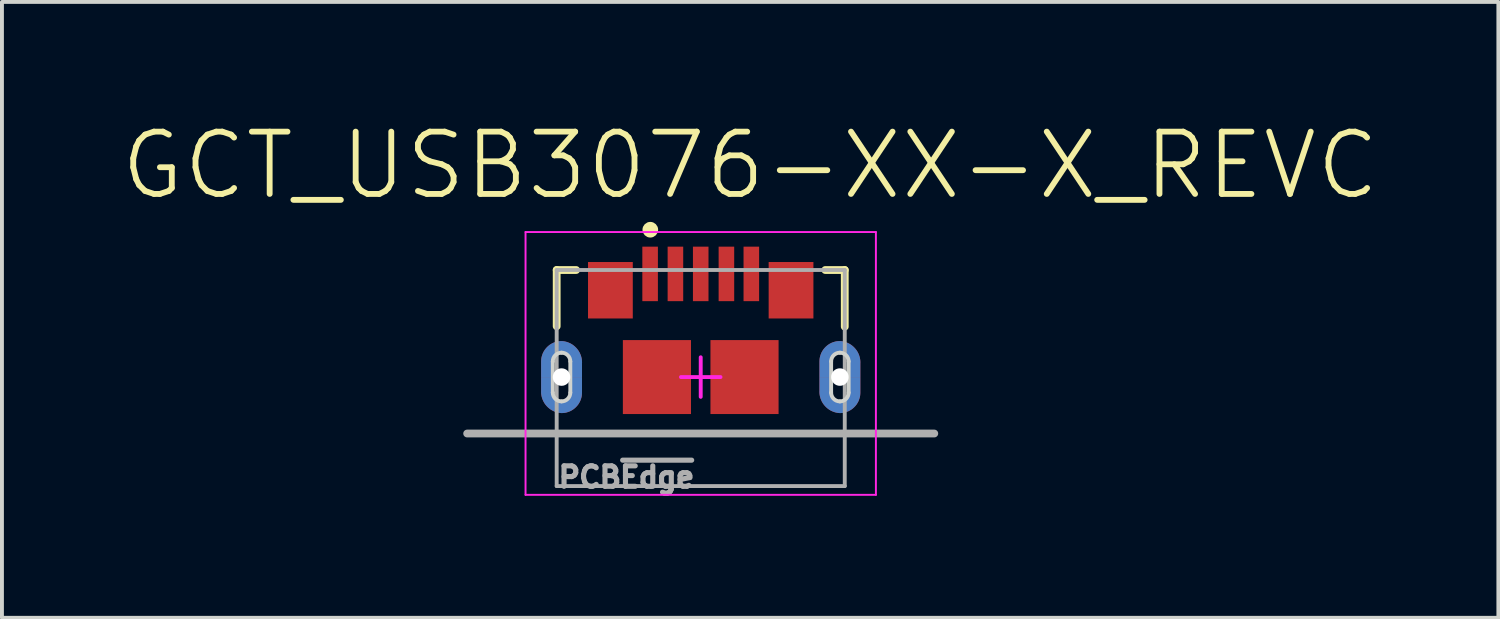
<source format=kicad_pcb>
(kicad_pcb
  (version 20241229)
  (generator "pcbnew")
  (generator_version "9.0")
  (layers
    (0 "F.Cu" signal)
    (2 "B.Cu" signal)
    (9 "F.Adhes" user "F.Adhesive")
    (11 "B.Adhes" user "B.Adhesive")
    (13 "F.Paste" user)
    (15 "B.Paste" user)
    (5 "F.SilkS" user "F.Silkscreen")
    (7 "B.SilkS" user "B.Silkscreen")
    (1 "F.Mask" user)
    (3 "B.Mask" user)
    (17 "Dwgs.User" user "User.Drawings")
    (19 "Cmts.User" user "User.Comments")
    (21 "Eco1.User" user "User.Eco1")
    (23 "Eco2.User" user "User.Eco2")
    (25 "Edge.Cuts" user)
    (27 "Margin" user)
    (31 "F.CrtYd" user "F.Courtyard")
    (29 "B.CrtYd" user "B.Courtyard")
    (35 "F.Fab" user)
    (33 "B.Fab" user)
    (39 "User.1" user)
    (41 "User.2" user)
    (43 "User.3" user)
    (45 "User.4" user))
  (footprint "GCT_USB3076-XX-X_REVC"
    (layer "F.Cu")
    (at 14.95 6.636)
    (property "Reference" "GCT_USB3076-XX-X_REVC" (at 1.27 -5.437 0) (layer "F.SilkS") (effects (font (size 1.6 1.6) (thickness 0.15))))
    (attr through_hole)
    (fp_poly (pts (xy -3.8 0) (xy -3.8 -0.4) (xy -3.8 -0.412) (xy -3.799 -0.424) (xy -3.797 -0.435) (xy -3.795 -0.447) (xy -3.792 -0.458) (xy -3.789 -0.47) (xy -3.785 -0.481) (xy -3.781 -0.492) (xy -3.775 -0.502) (xy -3.77 -0.512) (xy -3.764 -0.523) (xy -3.757 -0.532) (xy -3.75 -0.542) (xy -3.742 -0.551) (xy -3.734 -0.559) (xy -3.726 -0.567) (xy -3.717 -0.575) (xy -3.707 -0.582) (xy -3.698 -0.589) (xy -3.688 -0.595) (xy -3.677 -0.6) (xy -3.667 -0.606) (xy -3.656 -0.61) (xy -3.645 -0.614) (xy -3.633 -0.617) (xy -3.622 -0.62) (xy -3.61 -0.622) (xy -3.599 -0.624) (xy -3.587 -0.625) (xy -3.575 -0.625) (xy -3.563 -0.625) (xy -3.551 -0.624) (xy -3.54 -0.622) (xy -3.528 -0.62) (xy -3.517 -0.617) (xy -3.505 -0.614) (xy -3.494 -0.61) (xy -3.483 -0.606) (xy -3.473 -0.6) (xy -3.462 -0.595) (xy -3.452 -0.589) (xy -3.443 -0.582) (xy -3.433 -0.575) (xy -3.424 -0.567) (xy -3.416 -0.559) (xy -3.408 -0.551) (xy -3.4 -0.542) (xy -3.393 -0.532) (xy -3.386 -0.523) (xy -3.38 -0.512) (xy -3.375 -0.502) (xy -3.369 -0.492) (xy -3.365 -0.481) (xy -3.361 -0.47) (xy -3.358 -0.458) (xy -3.355 -0.447) (xy -3.353 -0.435) (xy -3.351 -0.424) (xy -3.35 -0.412) (xy -3.35 -0.4) (xy -3.35 0) (xy -3.05 0) (xy -3.05 -0.35) (xy -3.049 -0.375) (xy -3.05 -0.404) (xy -3.052 -0.433) (xy -3.056 -0.461) (xy -3.061 -0.489) (xy -3.068 -0.517) (xy -3.076 -0.545) (xy -3.086 -0.572) (xy -3.097 -0.599) (xy -3.109 -0.625) (xy -3.123 -0.65) (xy -3.138 -0.675) (xy -3.155 -0.699) (xy -3.172 -0.721) (xy -3.191 -0.743) (xy -3.211 -0.764) (xy -3.232 -0.784) (xy -3.254 -0.803) (xy -3.276 -0.82) (xy -3.3 -0.837) (xy -3.325 -0.852) (xy -3.35 -0.866) (xy -3.376 -0.878) (xy -3.403 -0.889) (xy -3.43 -0.899) (xy -3.458 -0.907) (xy -3.486 -0.914) (xy -3.514 -0.919) (xy -3.542 -0.923) (xy -3.575 -0.925) (xy -3.602 -0.924) (xy -3.63 -0.922) (xy -3.657 -0.919) (xy -3.684 -0.914) (xy -3.711 -0.907) (xy -3.737 -0.899) (xy -3.763 -0.89) (xy -3.789 -0.88) (xy -3.813 -0.868) (xy -3.837 -0.855) (xy -3.861 -0.84) (xy -3.884 -0.825) (xy -3.905 -0.808) (xy -3.926 -0.79) (xy -3.946 -0.771) (xy -3.965 -0.751) (xy -3.983 -0.73) (xy -4 -0.709) (xy -4.015 -0.686) (xy -4.03 -0.662) (xy -4.043 -0.638) (xy -4.055 -0.614) (xy -4.065 -0.588) (xy -4.074 -0.562) (xy -4.082 -0.536) (xy -4.089 -0.509) (xy -4.094 -0.482) (xy -4.097 -0.455) (xy -4.099 -0.427) (xy -4.1 -0.4) (xy -4.1 0) (xy -3.8 0)) (stroke (width 0.001) (type solid)) (fill yes) (layer "F.Cu"))
    (fp_poly (pts (xy -3.35 0) (xy -3.35 0.4) (xy -3.35 0.412) (xy -3.351 0.424) (xy -3.353 0.435) (xy -3.355 0.447) (xy -3.358 0.458) (xy -3.361 0.47) (xy -3.365 0.481) (xy -3.369 0.492) (xy -3.375 0.502) (xy -3.38 0.512) (xy -3.386 0.523) (xy -3.393 0.532) (xy -3.4 0.542) (xy -3.408 0.551) (xy -3.416 0.559) (xy -3.424 0.567) (xy -3.433 0.575) (xy -3.443 0.582) (xy -3.452 0.589) (xy -3.462 0.595) (xy -3.473 0.6) (xy -3.483 0.606) (xy -3.494 0.61) (xy -3.505 0.614) (xy -3.517 0.617) (xy -3.528 0.62) (xy -3.54 0.622) (xy -3.551 0.624) (xy -3.563 0.625) (xy -3.575 0.625) (xy -3.587 0.625) (xy -3.599 0.624) (xy -3.61 0.622) (xy -3.622 0.62) (xy -3.633 0.617) (xy -3.645 0.614) (xy -3.656 0.61) (xy -3.667 0.606) (xy -3.677 0.6) (xy -3.688 0.595) (xy -3.698 0.589) (xy -3.707 0.582) (xy -3.717 0.575) (xy -3.726 0.567) (xy -3.734 0.559) (xy -3.742 0.551) (xy -3.75 0.542) (xy -3.757 0.532) (xy -3.764 0.523) (xy -3.77 0.512) (xy -3.775 0.502) (xy -3.781 0.492) (xy -3.785 0.481) (xy -3.789 0.47) (xy -3.792 0.458) (xy -3.795 0.447) (xy -3.797 0.435) (xy -3.799 0.424) (xy -3.8 0.412) (xy -3.8 0.4) (xy -3.8 0) (xy -4.1 0) (xy -4.1 0.35) (xy -4.101 0.375) (xy -4.1 0.404) (xy -4.098 0.433) (xy -4.094 0.461) (xy -4.089 0.489) (xy -4.082 0.517) (xy -4.074 0.545) (xy -4.064 0.572) (xy -4.053 0.599) (xy -4.041 0.625) (xy -4.027 0.65) (xy -4.012 0.675) (xy -3.995 0.699) (xy -3.978 0.721) (xy -3.959 0.743) (xy -3.939 0.764) (xy -3.918 0.784) (xy -3.896 0.803) (xy -3.874 0.82) (xy -3.85 0.837) (xy -3.825 0.852) (xy -3.8 0.866) (xy -3.774 0.878) (xy -3.747 0.889) (xy -3.72 0.899) (xy -3.692 0.907) (xy -3.664 0.914) (xy -3.636 0.919) (xy -3.608 0.923) (xy -3.575 0.925) (xy -3.548 0.924) (xy -3.52 0.922) (xy -3.493 0.919) (xy -3.466 0.914) (xy -3.439 0.907) (xy -3.413 0.899) (xy -3.387 0.89) (xy -3.361 0.88) (xy -3.337 0.868) (xy -3.312 0.855) (xy -3.289 0.84) (xy -3.266 0.825) (xy -3.245 0.808) (xy -3.224 0.79) (xy -3.204 0.771) (xy -3.185 0.751) (xy -3.167 0.73) (xy -3.15 0.709) (xy -3.135 0.686) (xy -3.12 0.662) (xy -3.107 0.638) (xy -3.095 0.614) (xy -3.085 0.588) (xy -3.076 0.562) (xy -3.068 0.536) (xy -3.061 0.509) (xy -3.056 0.482) (xy -3.053 0.455) (xy -3.051 0.427) (xy -3.05 0.4) (xy -3.05 0) (xy -3.35 0)) (stroke (width 0.001) (type solid)) (fill yes) (layer "F.Cu"))
    (fp_poly (pts (xy 3.35 0) (xy 3.35 -0.4) (xy 3.35 -0.412) (xy 3.351 -0.424) (xy 3.353 -0.435) (xy 3.355 -0.447) (xy 3.358 -0.458) (xy 3.361 -0.47) (xy 3.365 -0.481) (xy 3.369 -0.492) (xy 3.375 -0.502) (xy 3.38 -0.512) (xy 3.386 -0.523) (xy 3.393 -0.532) (xy 3.4 -0.542) (xy 3.408 -0.551) (xy 3.416 -0.559) (xy 3.424 -0.567) (xy 3.433 -0.575) (xy 3.443 -0.582) (xy 3.452 -0.589) (xy 3.462 -0.595) (xy 3.473 -0.6) (xy 3.483 -0.606) (xy 3.494 -0.61) (xy 3.505 -0.614) (xy 3.517 -0.617) (xy 3.528 -0.62) (xy 3.54 -0.622) (xy 3.551 -0.624) (xy 3.563 -0.625) (xy 3.575 -0.625) (xy 3.587 -0.625) (xy 3.599 -0.624) (xy 3.61 -0.622) (xy 3.622 -0.62) (xy 3.633 -0.617) (xy 3.645 -0.614) (xy 3.656 -0.61) (xy 3.667 -0.606) (xy 3.677 -0.6) (xy 3.688 -0.595) (xy 3.698 -0.589) (xy 3.707 -0.582) (xy 3.717 -0.575) (xy 3.726 -0.567) (xy 3.734 -0.559) (xy 3.742 -0.551) (xy 3.75 -0.542) (xy 3.757 -0.532) (xy 3.764 -0.523) (xy 3.77 -0.512) (xy 3.775 -0.502) (xy 3.781 -0.492) (xy 3.785 -0.481) (xy 3.789 -0.47) (xy 3.792 -0.458) (xy 3.795 -0.447) (xy 3.797 -0.435) (xy 3.799 -0.424) (xy 3.8 -0.412) (xy 3.8 -0.4) (xy 3.8 0) (xy 4.1 0) (xy 4.1 -0.35) (xy 4.101 -0.375) (xy 4.1 -0.404) (xy 4.098 -0.433) (xy 4.094 -0.461) (xy 4.089 -0.489) (xy 4.082 -0.517) (xy 4.074 -0.545) (xy 4.064 -0.572) (xy 4.053 -0.599) (xy 4.041 -0.625) (xy 4.027 -0.65) (xy 4.012 -0.675) (xy 3.995 -0.699) (xy 3.978 -0.721) (xy 3.959 -0.743) (xy 3.939 -0.764) (xy 3.918 -0.784) (xy 3.896 -0.803) (xy 3.874 -0.82) (xy 3.85 -0.837) (xy 3.825 -0.852) (xy 3.8 -0.866) (xy 3.774 -0.878) (xy 3.747 -0.889) (xy 3.72 -0.899) (xy 3.692 -0.907) (xy 3.664 -0.914) (xy 3.636 -0.919) (xy 3.608 -0.923) (xy 3.575 -0.925) (xy 3.548 -0.924) (xy 3.52 -0.922) (xy 3.493 -0.919) (xy 3.466 -0.914) (xy 3.439 -0.907) (xy 3.413 -0.899) (xy 3.387 -0.89) (xy 3.361 -0.88) (xy 3.337 -0.868) (xy 3.312 -0.855) (xy 3.289 -0.84) (xy 3.266 -0.825) (xy 3.245 -0.808) (xy 3.224 -0.79) (xy 3.204 -0.771) (xy 3.185 -0.751) (xy 3.167 -0.73) (xy 3.15 -0.709) (xy 3.135 -0.686) (xy 3.12 -0.662) (xy 3.107 -0.638) (xy 3.095 -0.614) (xy 3.085 -0.588) (xy 3.076 -0.562) (xy 3.068 -0.536) (xy 3.061 -0.509) (xy 3.056 -0.482) (xy 3.053 -0.455) (xy 3.051 -0.427) (xy 3.05 -0.4) (xy 3.05 0) (xy 3.35 0)) (stroke (width 0.001) (type solid)) (fill yes) (layer "F.Cu"))
    (fp_poly (pts (xy 3.8 0) (xy 3.8 0.4) (xy 3.8 0.412) (xy 3.799 0.424) (xy 3.797 0.435) (xy 3.795 0.447) (xy 3.792 0.458) (xy 3.789 0.47) (xy 3.785 0.481) (xy 3.781 0.492) (xy 3.775 0.502) (xy 3.77 0.512) (xy 3.764 0.523) (xy 3.757 0.532) (xy 3.75 0.542) (xy 3.742 0.551) (xy 3.734 0.559) (xy 3.726 0.567) (xy 3.717 0.575) (xy 3.707 0.582) (xy 3.698 0.589) (xy 3.688 0.595) (xy 3.677 0.6) (xy 3.667 0.606) (xy 3.656 0.61) (xy 3.645 0.614) (xy 3.633 0.617) (xy 3.622 0.62) (xy 3.61 0.622) (xy 3.599 0.624) (xy 3.587 0.625) (xy 3.575 0.625) (xy 3.563 0.625) (xy 3.551 0.624) (xy 3.54 0.622) (xy 3.528 0.62) (xy 3.517 0.617) (xy 3.505 0.614) (xy 3.494 0.61) (xy 3.483 0.606) (xy 3.473 0.6) (xy 3.462 0.595) (xy 3.452 0.589) (xy 3.443 0.582) (xy 3.433 0.575) (xy 3.424 0.567) (xy 3.416 0.559) (xy 3.408 0.551) (xy 3.4 0.542) (xy 3.393 0.532) (xy 3.386 0.523) (xy 3.38 0.512) (xy 3.375 0.502) (xy 3.369 0.492) (xy 3.365 0.481) (xy 3.361 0.47) (xy 3.358 0.458) (xy 3.355 0.447) (xy 3.353 0.435) (xy 3.351 0.424) (xy 3.35 0.412) (xy 3.35 0.4) (xy 3.35 0) (xy 3.05 0) (xy 3.05 0.35) (xy 3.049 0.375) (xy 3.05 0.404) (xy 3.052 0.433) (xy 3.056 0.461) (xy 3.061 0.489) (xy 3.068 0.517) (xy 3.076 0.545) (xy 3.086 0.572) (xy 3.097 0.599) (xy 3.109 0.625) (xy 3.123 0.65) (xy 3.138 0.675) (xy 3.155 0.699) (xy 3.172 0.721) (xy 3.191 0.743) (xy 3.211 0.764) (xy 3.232 0.784) (xy 3.254 0.803) (xy 3.276 0.82) (xy 3.3 0.837) (xy 3.325 0.852) (xy 3.35 0.866) (xy 3.376 0.878) (xy 3.403 0.889) (xy 3.43 0.899) (xy 3.458 0.907) (xy 3.486 0.914) (xy 3.514 0.919) (xy 3.542 0.923) (xy 3.575 0.925) (xy 3.602 0.924) (xy 3.63 0.922) (xy 3.657 0.919) (xy 3.684 0.914) (xy 3.711 0.907) (xy 3.737 0.899) (xy 3.763 0.89) (xy 3.789 0.88) (xy 3.813 0.868) (xy 3.837 0.855) (xy 3.861 0.84) (xy 3.884 0.825) (xy 3.905 0.808) (xy 3.926 0.79) (xy 3.946 0.771) (xy 3.965 0.751) (xy 3.983 0.73) (xy 4 0.709) (xy 4.015 0.686) (xy 4.03 0.662) (xy 4.043 0.638) (xy 4.055 0.614) (xy 4.065 0.588) (xy 4.074 0.562) (xy 4.082 0.536) (xy 4.089 0.509) (xy 4.094 0.482) (xy 4.097 0.455) (xy 4.099 0.427) (xy 4.1 0.4) (xy 4.1 0) (xy 3.8 0)) (stroke (width 0.001) (type solid)) (fill yes) (layer "F.Cu"))
    (fp_poly (pts (xy -4.304 -1.15) (xy -2.849 -1.15) (xy -2.849 1.151) (xy -4.304 1.151)) (stroke (width 0.01) (type solid)) (fill yes) (layer "F.Mask"))
    (fp_poly (pts (xy 2.856 -1.15) (xy 4.301 -1.15) (xy 4.301 1.152) (xy 2.856 1.152)) (stroke (width 0.01) (type solid)) (fill yes) (layer "F.Mask"))
    (fp_poly (pts (xy -3.8 0) (xy -3.8 -0.4) (xy -3.8 -0.412) (xy -3.799 -0.424) (xy -3.797 -0.435) (xy -3.795 -0.447) (xy -3.792 -0.458) (xy -3.789 -0.47) (xy -3.785 -0.481) (xy -3.781 -0.492) (xy -3.775 -0.502) (xy -3.77 -0.512) (xy -3.764 -0.523) (xy -3.757 -0.532) (xy -3.75 -0.542) (xy -3.742 -0.551) (xy -3.734 -0.559) (xy -3.726 -0.567) (xy -3.717 -0.575) (xy -3.707 -0.582) (xy -3.698 -0.589) (xy -3.688 -0.595) (xy -3.677 -0.6) (xy -3.667 -0.606) (xy -3.656 -0.61) (xy -3.645 -0.614) (xy -3.633 -0.617) (xy -3.622 -0.62) (xy -3.61 -0.622) (xy -3.599 -0.624) (xy -3.587 -0.625) (xy -3.575 -0.625) (xy -3.563 -0.625) (xy -3.551 -0.624) (xy -3.54 -0.622) (xy -3.528 -0.62) (xy -3.517 -0.617) (xy -3.505 -0.614) (xy -3.494 -0.61) (xy -3.483 -0.606) (xy -3.473 -0.6) (xy -3.462 -0.595) (xy -3.452 -0.589) (xy -3.443 -0.582) (xy -3.433 -0.575) (xy -3.424 -0.567) (xy -3.416 -0.559) (xy -3.408 -0.551) (xy -3.4 -0.542) (xy -3.393 -0.532) (xy -3.386 -0.523) (xy -3.38 -0.512) (xy -3.375 -0.502) (xy -3.369 -0.492) (xy -3.365 -0.481) (xy -3.361 -0.47) (xy -3.358 -0.458) (xy -3.355 -0.447) (xy -3.353 -0.435) (xy -3.351 -0.424) (xy -3.35 -0.412) (xy -3.35 -0.4) (xy -3.35 0) (xy -3.05 0) (xy -3.05 -0.35) (xy -3.049 -0.375) (xy -3.05 -0.404) (xy -3.052 -0.433) (xy -3.056 -0.461) (xy -3.061 -0.489) (xy -3.068 -0.517) (xy -3.076 -0.545) (xy -3.086 -0.572) (xy -3.097 -0.599) (xy -3.109 -0.625) (xy -3.123 -0.65) (xy -3.138 -0.675) (xy -3.155 -0.699) (xy -3.172 -0.721) (xy -3.191 -0.743) (xy -3.211 -0.764) (xy -3.232 -0.784) (xy -3.254 -0.803) (xy -3.276 -0.82) (xy -3.3 -0.837) (xy -3.325 -0.852) (xy -3.35 -0.866) (xy -3.376 -0.878) (xy -3.403 -0.889) (xy -3.43 -0.899) (xy -3.458 -0.907) (xy -3.486 -0.914) (xy -3.514 -0.919) (xy -3.542 -0.923) (xy -3.575 -0.925) (xy -3.602 -0.924) (xy -3.63 -0.922) (xy -3.657 -0.919) (xy -3.684 -0.914) (xy -3.711 -0.907) (xy -3.737 -0.899) (xy -3.763 -0.89) (xy -3.789 -0.88) (xy -3.813 -0.868) (xy -3.837 -0.855) (xy -3.861 -0.84) (xy -3.884 -0.825) (xy -3.905 -0.808) (xy -3.926 -0.79) (xy -3.946 -0.771) (xy -3.965 -0.751) (xy -3.983 -0.73) (xy -4 -0.709) (xy -4.015 -0.686) (xy -4.03 -0.662) (xy -4.043 -0.638) (xy -4.055 -0.614) (xy -4.065 -0.588) (xy -4.074 -0.562) (xy -4.082 -0.536) (xy -4.089 -0.509) (xy -4.094 -0.482) (xy -4.097 -0.455) (xy -4.099 -0.427) (xy -4.1 -0.4) (xy -4.1 0) (xy -3.8 0)) (stroke (width 0.001) (type solid)) (fill yes) (layer "B.Cu"))
    (fp_poly (pts (xy -3.35 0) (xy -3.35 0.4) (xy -3.35 0.412) (xy -3.351 0.424) (xy -3.353 0.435) (xy -3.355 0.447) (xy -3.358 0.458) (xy -3.361 0.47) (xy -3.365 0.481) (xy -3.369 0.492) (xy -3.375 0.502) (xy -3.38 0.512) (xy -3.386 0.523) (xy -3.393 0.532) (xy -3.4 0.542) (xy -3.408 0.551) (xy -3.416 0.559) (xy -3.424 0.567) (xy -3.433 0.575) (xy -3.443 0.582) (xy -3.452 0.589) (xy -3.462 0.595) (xy -3.473 0.6) (xy -3.483 0.606) (xy -3.494 0.61) (xy -3.505 0.614) (xy -3.517 0.617) (xy -3.528 0.62) (xy -3.54 0.622) (xy -3.551 0.624) (xy -3.563 0.625) (xy -3.575 0.625) (xy -3.587 0.625) (xy -3.599 0.624) (xy -3.61 0.622) (xy -3.622 0.62) (xy -3.633 0.617) (xy -3.645 0.614) (xy -3.656 0.61) (xy -3.667 0.606) (xy -3.677 0.6) (xy -3.688 0.595) (xy -3.698 0.589) (xy -3.707 0.582) (xy -3.717 0.575) (xy -3.726 0.567) (xy -3.734 0.559) (xy -3.742 0.551) (xy -3.75 0.542) (xy -3.757 0.532) (xy -3.764 0.523) (xy -3.77 0.512) (xy -3.775 0.502) (xy -3.781 0.492) (xy -3.785 0.481) (xy -3.789 0.47) (xy -3.792 0.458) (xy -3.795 0.447) (xy -3.797 0.435) (xy -3.799 0.424) (xy -3.8 0.412) (xy -3.8 0.4) (xy -3.8 0) (xy -4.1 0) (xy -4.1 0.35) (xy -4.101 0.375) (xy -4.1 0.404) (xy -4.098 0.433) (xy -4.094 0.461) (xy -4.089 0.489) (xy -4.082 0.517) (xy -4.074 0.545) (xy -4.064 0.572) (xy -4.053 0.599) (xy -4.041 0.625) (xy -4.027 0.65) (xy -4.012 0.675) (xy -3.995 0.699) (xy -3.978 0.721) (xy -3.959 0.743) (xy -3.939 0.764) (xy -3.918 0.784) (xy -3.896 0.803) (xy -3.874 0.82) (xy -3.85 0.837) (xy -3.825 0.852) (xy -3.8 0.866) (xy -3.774 0.878) (xy -3.747 0.889) (xy -3.72 0.899) (xy -3.692 0.907) (xy -3.664 0.914) (xy -3.636 0.919) (xy -3.608 0.923) (xy -3.575 0.925) (xy -3.548 0.924) (xy -3.52 0.922) (xy -3.493 0.919) (xy -3.466 0.914) (xy -3.439 0.907) (xy -3.413 0.899) (xy -3.387 0.89) (xy -3.361 0.88) (xy -3.337 0.868) (xy -3.312 0.855) (xy -3.289 0.84) (xy -3.266 0.825) (xy -3.245 0.808) (xy -3.224 0.79) (xy -3.204 0.771) (xy -3.185 0.751) (xy -3.167 0.73) (xy -3.15 0.709) (xy -3.135 0.686) (xy -3.12 0.662) (xy -3.107 0.638) (xy -3.095 0.614) (xy -3.085 0.588) (xy -3.076 0.562) (xy -3.068 0.536) (xy -3.061 0.509) (xy -3.056 0.482) (xy -3.053 0.455) (xy -3.051 0.427) (xy -3.05 0.4) (xy -3.05 0) (xy -3.35 0)) (stroke (width 0.001) (type solid)) (fill yes) (layer "B.Cu"))
    (fp_poly (pts (xy 3.35 0) (xy 3.35 -0.4) (xy 3.35 -0.412) (xy 3.351 -0.424) (xy 3.353 -0.435) (xy 3.355 -0.447) (xy 3.358 -0.458) (xy 3.361 -0.47) (xy 3.365 -0.481) (xy 3.369 -0.492) (xy 3.375 -0.502) (xy 3.38 -0.512) (xy 3.386 -0.523) (xy 3.393 -0.532) (xy 3.4 -0.542) (xy 3.408 -0.551) (xy 3.416 -0.559) (xy 3.424 -0.567) (xy 3.433 -0.575) (xy 3.443 -0.582) (xy 3.452 -0.589) (xy 3.462 -0.595) (xy 3.473 -0.6) (xy 3.483 -0.606) (xy 3.494 -0.61) (xy 3.505 -0.614) (xy 3.517 -0.617) (xy 3.528 -0.62) (xy 3.54 -0.622) (xy 3.551 -0.624) (xy 3.563 -0.625) (xy 3.575 -0.625) (xy 3.587 -0.625) (xy 3.599 -0.624) (xy 3.61 -0.622) (xy 3.622 -0.62) (xy 3.633 -0.617) (xy 3.645 -0.614) (xy 3.656 -0.61) (xy 3.667 -0.606) (xy 3.677 -0.6) (xy 3.688 -0.595) (xy 3.698 -0.589) (xy 3.707 -0.582) (xy 3.717 -0.575) (xy 3.726 -0.567) (xy 3.734 -0.559) (xy 3.742 -0.551) (xy 3.75 -0.542) (xy 3.757 -0.532) (xy 3.764 -0.523) (xy 3.77 -0.512) (xy 3.775 -0.502) (xy 3.781 -0.492) (xy 3.785 -0.481) (xy 3.789 -0.47) (xy 3.792 -0.458) (xy 3.795 -0.447) (xy 3.797 -0.435) (xy 3.799 -0.424) (xy 3.8 -0.412) (xy 3.8 -0.4) (xy 3.8 0) (xy 4.1 0) (xy 4.1 -0.35) (xy 4.101 -0.375) (xy 4.1 -0.404) (xy 4.098 -0.433) (xy 4.094 -0.461) (xy 4.089 -0.489) (xy 4.082 -0.517) (xy 4.074 -0.545) (xy 4.064 -0.572) (xy 4.053 -0.599) (xy 4.041 -0.625) (xy 4.027 -0.65) (xy 4.012 -0.675) (xy 3.995 -0.699) (xy 3.978 -0.721) (xy 3.959 -0.743) (xy 3.939 -0.764) (xy 3.918 -0.784) (xy 3.896 -0.803) (xy 3.874 -0.82) (xy 3.85 -0.837) (xy 3.825 -0.852) (xy 3.8 -0.866) (xy 3.774 -0.878) (xy 3.747 -0.889) (xy 3.72 -0.899) (xy 3.692 -0.907) (xy 3.664 -0.914) (xy 3.636 -0.919) (xy 3.608 -0.923) (xy 3.575 -0.925) (xy 3.548 -0.924) (xy 3.52 -0.922) (xy 3.493 -0.919) (xy 3.466 -0.914) (xy 3.439 -0.907) (xy 3.413 -0.899) (xy 3.387 -0.89) (xy 3.361 -0.88) (xy 3.337 -0.868) (xy 3.312 -0.855) (xy 3.289 -0.84) (xy 3.266 -0.825) (xy 3.245 -0.808) (xy 3.224 -0.79) (xy 3.204 -0.771) (xy 3.185 -0.751) (xy 3.167 -0.73) (xy 3.15 -0.709) (xy 3.135 -0.686) (xy 3.12 -0.662) (xy 3.107 -0.638) (xy 3.095 -0.614) (xy 3.085 -0.588) (xy 3.076 -0.562) (xy 3.068 -0.536) (xy 3.061 -0.509) (xy 3.056 -0.482) (xy 3.053 -0.455) (xy 3.051 -0.427) (xy 3.05 -0.4) (xy 3.05 0) (xy 3.35 0)) (stroke (width 0.001) (type solid)) (fill yes) (layer "B.Cu"))
    (fp_poly (pts (xy 3.8 0) (xy 3.8 0.4) (xy 3.8 0.412) (xy 3.799 0.424) (xy 3.797 0.435) (xy 3.795 0.447) (xy 3.792 0.458) (xy 3.789 0.47) (xy 3.785 0.481) (xy 3.781 0.492) (xy 3.775 0.502) (xy 3.77 0.512) (xy 3.764 0.523) (xy 3.757 0.532) (xy 3.75 0.542) (xy 3.742 0.551) (xy 3.734 0.559) (xy 3.726 0.567) (xy 3.717 0.575) (xy 3.707 0.582) (xy 3.698 0.589) (xy 3.688 0.595) (xy 3.677 0.6) (xy 3.667 0.606) (xy 3.656 0.61) (xy 3.645 0.614) (xy 3.633 0.617) (xy 3.622 0.62) (xy 3.61 0.622) (xy 3.599 0.624) (xy 3.587 0.625) (xy 3.575 0.625) (xy 3.563 0.625) (xy 3.551 0.624) (xy 3.54 0.622) (xy 3.528 0.62) (xy 3.517 0.617) (xy 3.505 0.614) (xy 3.494 0.61) (xy 3.483 0.606) (xy 3.473 0.6) (xy 3.462 0.595) (xy 3.452 0.589) (xy 3.443 0.582) (xy 3.433 0.575) (xy 3.424 0.567) (xy 3.416 0.559) (xy 3.408 0.551) (xy 3.4 0.542) (xy 3.393 0.532) (xy 3.386 0.523) (xy 3.38 0.512) (xy 3.375 0.502) (xy 3.369 0.492) (xy 3.365 0.481) (xy 3.361 0.47) (xy 3.358 0.458) (xy 3.355 0.447) (xy 3.353 0.435) (xy 3.351 0.424) (xy 3.35 0.412) (xy 3.35 0.4) (xy 3.35 0) (xy 3.05 0) (xy 3.05 0.35) (xy 3.049 0.375) (xy 3.05 0.404) (xy 3.052 0.433) (xy 3.056 0.461) (xy 3.061 0.489) (xy 3.068 0.517) (xy 3.076 0.545) (xy 3.086 0.572) (xy 3.097 0.599) (xy 3.109 0.625) (xy 3.123 0.65) (xy 3.138 0.675) (xy 3.155 0.699) (xy 3.172 0.721) (xy 3.191 0.743) (xy 3.211 0.764) (xy 3.232 0.784) (xy 3.254 0.803) (xy 3.276 0.82) (xy 3.3 0.837) (xy 3.325 0.852) (xy 3.35 0.866) (xy 3.376 0.878) (xy 3.403 0.889) (xy 3.43 0.899) (xy 3.458 0.907) (xy 3.486 0.914) (xy 3.514 0.919) (xy 3.542 0.923) (xy 3.575 0.925) (xy 3.602 0.924) (xy 3.63 0.922) (xy 3.657 0.919) (xy 3.684 0.914) (xy 3.711 0.907) (xy 3.737 0.899) (xy 3.763 0.89) (xy 3.789 0.88) (xy 3.813 0.868) (xy 3.837 0.855) (xy 3.861 0.84) (xy 3.884 0.825) (xy 3.905 0.808) (xy 3.926 0.79) (xy 3.946 0.771) (xy 3.965 0.751) (xy 3.983 0.73) (xy 4 0.709) (xy 4.015 0.686) (xy 4.03 0.662) (xy 4.043 0.638) (xy 4.055 0.614) (xy 4.065 0.588) (xy 4.074 0.562) (xy 4.082 0.536) (xy 4.089 0.509) (xy 4.094 0.482) (xy 4.097 0.455) (xy 4.099 0.427) (xy 4.1 0.4) (xy 4.1 0) (xy 3.8 0)) (stroke (width 0.001) (type solid)) (fill yes) (layer "B.Cu"))
    (fp_poly (pts (xy -4.307 -1.15) (xy -2.849 -1.15) (xy -2.849 1.152) (xy -4.307 1.152)) (stroke (width 0.01) (type solid)) (fill yes) (layer "B.Mask"))
    (fp_poly (pts (xy 2.854 -1.15) (xy 4.301 -1.15) (xy 4.301 1.151) (xy 2.854 1.151)) (stroke (width 0.01) (type solid)) (fill yes) (layer "B.Mask"))
    (fp_line (start -3.7 -2.75) (end -3.2 -2.75) (stroke (width 0.2) (type solid)) (layer "F.SilkS"))
    (fp_line (start -3.7 -1.305) (end -3.7 -2.75) (stroke (width 0.2) (type solid)) (layer "F.SilkS"))
    (fp_line (start 3.2 -2.75) (end 3.7 -2.75) (stroke (width 0.2) (type solid)) (layer "F.SilkS"))
    (fp_line (start 3.7 -1.295) (end 3.7 -2.75) (stroke (width 0.2) (type solid)) (layer "F.SilkS"))
    (fp_circle (center -1.295 -3.785) (end -1.194 -3.785) (stroke (width 0.2) (type solid)) (fill no) (layer "F.SilkS"))
    (fp_poly (pts (xy -3.8 0) (xy -3.8 -0.4) (xy -3.8 -0.412) (xy -3.799 -0.424) (xy -3.797 -0.435) (xy -3.795 -0.447) (xy -3.792 -0.458) (xy -3.789 -0.47) (xy -3.785 -0.481) (xy -3.781 -0.492) (xy -3.775 -0.502) (xy -3.77 -0.512) (xy -3.764 -0.523) (xy -3.757 -0.532) (xy -3.75 -0.542) (xy -3.742 -0.551) (xy -3.734 -0.559) (xy -3.726 -0.567) (xy -3.717 -0.575) (xy -3.707 -0.582) (xy -3.698 -0.589) (xy -3.688 -0.595) (xy -3.677 -0.6) (xy -3.667 -0.606) (xy -3.656 -0.61) (xy -3.645 -0.614) (xy -3.633 -0.617) (xy -3.622 -0.62) (xy -3.61 -0.622) (xy -3.599 -0.624) (xy -3.587 -0.625) (xy -3.575 -0.625) (xy -3.563 -0.625) (xy -3.551 -0.624) (xy -3.54 -0.622) (xy -3.528 -0.62) (xy -3.517 -0.617) (xy -3.505 -0.614) (xy -3.494 -0.61) (xy -3.483 -0.606) (xy -3.473 -0.6) (xy -3.462 -0.595) (xy -3.452 -0.589) (xy -3.443 -0.582) (xy -3.433 -0.575) (xy -3.424 -0.567) (xy -3.416 -0.559) (xy -3.408 -0.551) (xy -3.4 -0.542) (xy -3.393 -0.532) (xy -3.386 -0.523) (xy -3.38 -0.512) (xy -3.375 -0.502) (xy -3.369 -0.492) (xy -3.365 -0.481) (xy -3.361 -0.47) (xy -3.358 -0.458) (xy -3.355 -0.447) (xy -3.353 -0.435) (xy -3.351 -0.424) (xy -3.35 -0.412) (xy -3.35 -0.4) (xy -3.35 0) (xy -3.05 0) (xy -3.05 -0.35) (xy -3.049 -0.375) (xy -3.05 -0.404) (xy -3.052 -0.433) (xy -3.056 -0.461) (xy -3.061 -0.489) (xy -3.068 -0.517) (xy -3.076 -0.545) (xy -3.086 -0.572) (xy -3.097 -0.599) (xy -3.109 -0.625) (xy -3.123 -0.65) (xy -3.138 -0.675) (xy -3.155 -0.699) (xy -3.172 -0.721) (xy -3.191 -0.743) (xy -3.211 -0.764) (xy -3.232 -0.784) (xy -3.254 -0.803) (xy -3.276 -0.82) (xy -3.3 -0.837) (xy -3.325 -0.852) (xy -3.35 -0.866) (xy -3.376 -0.878) (xy -3.403 -0.889) (xy -3.43 -0.899) (xy -3.458 -0.907) (xy -3.486 -0.914) (xy -3.514 -0.919) (xy -3.542 -0.923) (xy -3.575 -0.925) (xy -3.602 -0.924) (xy -3.63 -0.922) (xy -3.657 -0.919) (xy -3.684 -0.914) (xy -3.711 -0.907) (xy -3.737 -0.899) (xy -3.763 -0.89) (xy -3.789 -0.88) (xy -3.813 -0.868) (xy -3.837 -0.855) (xy -3.861 -0.84) (xy -3.884 -0.825) (xy -3.905 -0.808) (xy -3.926 -0.79) (xy -3.946 -0.771) (xy -3.965 -0.751) (xy -3.983 -0.73) (xy -4 -0.709) (xy -4.015 -0.686) (xy -4.03 -0.662) (xy -4.043 -0.638) (xy -4.055 -0.614) (xy -4.065 -0.588) (xy -4.074 -0.562) (xy -4.082 -0.536) (xy -4.089 -0.509) (xy -4.094 -0.482) (xy -4.097 -0.455) (xy -4.099 -0.427) (xy -4.1 -0.4) (xy -4.1 0) (xy -3.8 0)) (stroke (width 0.001) (type solid)) (fill yes) (layer "F.Paste"))
    (fp_poly (pts (xy -3.799 0) (xy -3.799 -0.4) (xy -3.799 -0.412) (xy -3.798 -0.424) (xy -3.796 -0.435) (xy -3.794 -0.447) (xy -3.791 -0.458) (xy -3.788 -0.47) (xy -3.784 -0.481) (xy -3.78 -0.492) (xy -3.774 -0.502) (xy -3.769 -0.512) (xy -3.763 -0.523) (xy -3.756 -0.532) (xy -3.749 -0.542) (xy -3.741 -0.551) (xy -3.733 -0.559) (xy -3.725 -0.567) (xy -3.716 -0.575) (xy -3.706 -0.582) (xy -3.697 -0.589) (xy -3.687 -0.595) (xy -3.676 -0.6) (xy -3.666 -0.606) (xy -3.655 -0.61) (xy -3.644 -0.614) (xy -3.632 -0.617) (xy -3.621 -0.62) (xy -3.609 -0.622) (xy -3.598 -0.624) (xy -3.586 -0.625) (xy -3.574 -0.625) (xy -3.562 -0.625) (xy -3.55 -0.624) (xy -3.539 -0.622) (xy -3.527 -0.62) (xy -3.516 -0.617) (xy -3.504 -0.614) (xy -3.493 -0.61) (xy -3.482 -0.606) (xy -3.472 -0.6) (xy -3.462 -0.595) (xy -3.451 -0.589) (xy -3.442 -0.582) (xy -3.432 -0.575) (xy -3.423 -0.567) (xy -3.415 -0.559) (xy -3.407 -0.551) (xy -3.399 -0.542) (xy -3.392 -0.532) (xy -3.385 -0.523) (xy -3.379 -0.512) (xy -3.374 -0.502) (xy -3.368 -0.492) (xy -3.364 -0.481) (xy -3.36 -0.47) (xy -3.357 -0.458) (xy -3.354 -0.447) (xy -3.352 -0.435) (xy -3.35 -0.424) (xy -3.349 -0.412) (xy -3.349 -0.4) (xy -3.349 0) (xy -3.049 0) (xy -3.049 -0.355) (xy -3.049 -0.387) (xy -3.05 -0.416) (xy -3.053 -0.444) (xy -3.057 -0.473) (xy -3.063 -0.501) (xy -3.07 -0.529) (xy -3.078 -0.556) (xy -3.088 -0.583) (xy -3.1 -0.609) (xy -3.113 -0.635) (xy -3.127 -0.66) (xy -3.142 -0.684) (xy -3.159 -0.707) (xy -3.177 -0.73) (xy -3.196 -0.751) (xy -3.216 -0.772) (xy -3.237 -0.791) (xy -3.259 -0.809) (xy -3.282 -0.826) (xy -3.306 -0.842) (xy -3.331 -0.857) (xy -3.356 -0.87) (xy -3.382 -0.882) (xy -3.409 -0.892) (xy -3.436 -0.902) (xy -3.464 -0.909) (xy -3.492 -0.915) (xy -3.52 -0.92) (xy -3.549 -0.923) (xy -3.574 -0.925) (xy -3.601 -0.924) (xy -3.629 -0.922) (xy -3.656 -0.919) (xy -3.683 -0.914) (xy -3.71 -0.907) (xy -3.736 -0.899) (xy -3.762 -0.89) (xy -3.788 -0.88) (xy -3.812 -0.868) (xy -3.837 -0.855) (xy -3.86 -0.84) (xy -3.883 -0.825) (xy -3.904 -0.808) (xy -3.925 -0.79) (xy -3.945 -0.771) (xy -3.964 -0.751) (xy -3.982 -0.73) (xy -3.999 -0.709) (xy -4.014 -0.686) (xy -4.029 -0.662) (xy -4.042 -0.638) (xy -4.054 -0.614) (xy -4.064 -0.588) (xy -4.073 -0.562) (xy -4.081 -0.536) (xy -4.088 -0.509) (xy -4.093 -0.482) (xy -4.096 -0.455) (xy -4.098 -0.427) (xy -4.099 -0.4) (xy -4.099 0) (xy -3.799 0)) (stroke (width 0.001) (type solid)) (fill yes) (layer "F.Paste"))
    (fp_poly (pts (xy -3.35 0) (xy -3.35 0.4) (xy -3.35 0.412) (xy -3.351 0.424) (xy -3.353 0.435) (xy -3.355 0.447) (xy -3.358 0.458) (xy -3.361 0.47) (xy -3.365 0.481) (xy -3.369 0.492) (xy -3.375 0.502) (xy -3.38 0.512) (xy -3.386 0.523) (xy -3.393 0.532) (xy -3.4 0.542) (xy -3.408 0.551) (xy -3.416 0.559) (xy -3.424 0.567) (xy -3.433 0.575) (xy -3.443 0.582) (xy -3.452 0.589) (xy -3.462 0.595) (xy -3.473 0.6) (xy -3.483 0.606) (xy -3.494 0.61) (xy -3.505 0.614) (xy -3.517 0.617) (xy -3.528 0.62) (xy -3.54 0.622) (xy -3.551 0.624) (xy -3.563 0.625) (xy -3.575 0.625) (xy -3.587 0.625) (xy -3.599 0.624) (xy -3.61 0.622) (xy -3.622 0.62) (xy -3.633 0.617) (xy -3.645 0.614) (xy -3.656 0.61) (xy -3.667 0.606) (xy -3.677 0.6) (xy -3.688 0.595) (xy -3.698 0.589) (xy -3.707 0.582) (xy -3.717 0.575) (xy -3.726 0.567) (xy -3.734 0.559) (xy -3.742 0.551) (xy -3.75 0.542) (xy -3.757 0.532) (xy -3.764 0.523) (xy -3.77 0.512) (xy -3.775 0.502) (xy -3.781 0.492) (xy -3.785 0.481) (xy -3.789 0.47) (xy -3.792 0.458) (xy -3.795 0.447) (xy -3.797 0.435) (xy -3.799 0.424) (xy -3.8 0.412) (xy -3.8 0.4) (xy -3.8 0) (xy -4.1 0) (xy -4.1 0.35) (xy -4.101 0.375) (xy -4.1 0.404) (xy -4.098 0.433) (xy -4.094 0.461) (xy -4.089 0.489) (xy -4.082 0.517) (xy -4.074 0.545) (xy -4.064 0.572) (xy -4.053 0.599) (xy -4.041 0.625) (xy -4.027 0.65) (xy -4.012 0.675) (xy -3.995 0.699) (xy -3.978 0.721) (xy -3.959 0.743) (xy -3.939 0.764) (xy -3.918 0.784) (xy -3.896 0.803) (xy -3.874 0.82) (xy -3.85 0.837) (xy -3.825 0.852) (xy -3.8 0.866) (xy -3.774 0.878) (xy -3.747 0.889) (xy -3.72 0.899) (xy -3.692 0.907) (xy -3.664 0.914) (xy -3.636 0.919) (xy -3.608 0.923) (xy -3.575 0.925) (xy -3.548 0.924) (xy -3.52 0.922) (xy -3.493 0.919) (xy -3.466 0.914) (xy -3.439 0.907) (xy -3.413 0.899) (xy -3.387 0.89) (xy -3.361 0.88) (xy -3.337 0.868) (xy -3.312 0.855) (xy -3.289 0.84) (xy -3.266 0.825) (xy -3.245 0.808) (xy -3.224 0.79) (xy -3.204 0.771) (xy -3.185 0.751) (xy -3.167 0.73) (xy -3.15 0.709) (xy -3.135 0.686) (xy -3.12 0.662) (xy -3.107 0.638) (xy -3.095 0.614) (xy -3.085 0.588) (xy -3.076 0.562) (xy -3.068 0.536) (xy -3.061 0.509) (xy -3.056 0.482) (xy -3.053 0.455) (xy -3.051 0.427) (xy -3.05 0.4) (xy -3.05 0) (xy -3.35 0)) (stroke (width 0.001) (type solid)) (fill yes) (layer "F.Paste"))
    (fp_poly (pts (xy -3.349 0) (xy -3.349 0.4) (xy -3.349 0.412) (xy -3.35 0.424) (xy -3.352 0.435) (xy -3.354 0.447) (xy -3.357 0.458) (xy -3.36 0.47) (xy -3.364 0.481) (xy -3.368 0.492) (xy -3.374 0.502) (xy -3.379 0.512) (xy -3.385 0.523) (xy -3.392 0.532) (xy -3.399 0.542) (xy -3.407 0.551) (xy -3.415 0.559) (xy -3.423 0.567) (xy -3.432 0.575) (xy -3.442 0.582) (xy -3.451 0.589) (xy -3.462 0.595) (xy -3.472 0.6) (xy -3.482 0.606) (xy -3.493 0.61) (xy -3.504 0.614) (xy -3.516 0.617) (xy -3.527 0.62) (xy -3.539 0.622) (xy -3.55 0.624) (xy -3.562 0.625) (xy -3.574 0.625) (xy -3.586 0.625) (xy -3.598 0.624) (xy -3.609 0.622) (xy -3.621 0.62) (xy -3.632 0.617) (xy -3.644 0.614) (xy -3.655 0.61) (xy -3.666 0.606) (xy -3.676 0.6) (xy -3.687 0.595) (xy -3.697 0.589) (xy -3.706 0.582) (xy -3.716 0.575) (xy -3.725 0.567) (xy -3.733 0.559) (xy -3.741 0.551) (xy -3.749 0.542) (xy -3.756 0.532) (xy -3.763 0.523) (xy -3.769 0.512) (xy -3.774 0.502) (xy -3.78 0.492) (xy -3.784 0.481) (xy -3.788 0.47) (xy -3.791 0.458) (xy -3.794 0.447) (xy -3.796 0.435) (xy -3.798 0.424) (xy -3.799 0.412) (xy -3.799 0.4) (xy -3.799 0) (xy -4.099 0) (xy -4.099 0.355) (xy -4.099 0.387) (xy -4.098 0.416) (xy -4.095 0.444) (xy -4.091 0.473) (xy -4.085 0.501) (xy -4.078 0.529) (xy -4.07 0.556) (xy -4.06 0.583) (xy -4.048 0.609) (xy -4.035 0.635) (xy -4.021 0.66) (xy -4.006 0.684) (xy -3.989 0.707) (xy -3.971 0.73) (xy -3.952 0.751) (xy -3.932 0.772) (xy -3.911 0.791) (xy -3.889 0.809) (xy -3.866 0.826) (xy -3.842 0.842) (xy -3.817 0.857) (xy -3.792 0.87) (xy -3.766 0.882) (xy -3.739 0.892) (xy -3.712 0.902) (xy -3.684 0.909) (xy -3.656 0.915) (xy -3.628 0.92) (xy -3.599 0.923) (xy -3.574 0.925) (xy -3.547 0.924) (xy -3.519 0.922) (xy -3.492 0.919) (xy -3.465 0.914) (xy -3.438 0.907) (xy -3.412 0.899) (xy -3.386 0.89) (xy -3.36 0.88) (xy -3.336 0.868) (xy -3.312 0.855) (xy -3.288 0.84) (xy -3.265 0.825) (xy -3.244 0.808) (xy -3.223 0.79) (xy -3.203 0.771) (xy -3.184 0.751) (xy -3.166 0.73) (xy -3.149 0.709) (xy -3.134 0.686) (xy -3.119 0.662) (xy -3.106 0.638) (xy -3.094 0.614) (xy -3.084 0.588) (xy -3.075 0.562) (xy -3.067 0.536) (xy -3.06 0.509) (xy -3.055 0.482) (xy -3.052 0.455) (xy -3.05 0.427) (xy -3.049 0.4) (xy -3.049 0) (xy -3.349 0)) (stroke (width 0.001) (type solid)) (fill yes) (layer "F.Paste"))
    (fp_poly (pts (xy 3.35 0) (xy 3.35 -0.4) (xy 3.35 -0.412) (xy 3.351 -0.424) (xy 3.353 -0.435) (xy 3.355 -0.447) (xy 3.358 -0.458) (xy 3.361 -0.47) (xy 3.365 -0.481) (xy 3.369 -0.492) (xy 3.375 -0.502) (xy 3.38 -0.512) (xy 3.386 -0.523) (xy 3.393 -0.532) (xy 3.4 -0.542) (xy 3.408 -0.551) (xy 3.416 -0.559) (xy 3.424 -0.567) (xy 3.433 -0.575) (xy 3.443 -0.582) (xy 3.452 -0.589) (xy 3.462 -0.595) (xy 3.473 -0.6) (xy 3.483 -0.606) (xy 3.494 -0.61) (xy 3.505 -0.614) (xy 3.517 -0.617) (xy 3.528 -0.62) (xy 3.54 -0.622) (xy 3.551 -0.624) (xy 3.563 -0.625) (xy 3.575 -0.625) (xy 3.587 -0.625) (xy 3.599 -0.624) (xy 3.61 -0.622) (xy 3.622 -0.62) (xy 3.633 -0.617) (xy 3.645 -0.614) (xy 3.656 -0.61) (xy 3.667 -0.606) (xy 3.677 -0.6) (xy 3.688 -0.595) (xy 3.698 -0.589) (xy 3.707 -0.582) (xy 3.717 -0.575) (xy 3.726 -0.567) (xy 3.734 -0.559) (xy 3.742 -0.551) (xy 3.75 -0.542) (xy 3.757 -0.532) (xy 3.764 -0.523) (xy 3.77 -0.512) (xy 3.775 -0.502) (xy 3.781 -0.492) (xy 3.785 -0.481) (xy 3.789 -0.47) (xy 3.792 -0.458) (xy 3.795 -0.447) (xy 3.797 -0.435) (xy 3.799 -0.424) (xy 3.8 -0.412) (xy 3.8 -0.4) (xy 3.8 0) (xy 4.1 0) (xy 4.1 -0.35) (xy 4.101 -0.375) (xy 4.1 -0.404) (xy 4.098 -0.433) (xy 4.094 -0.461) (xy 4.089 -0.489) (xy 4.082 -0.517) (xy 4.074 -0.545) (xy 4.064 -0.572) (xy 4.053 -0.599) (xy 4.041 -0.625) (xy 4.027 -0.65) (xy 4.012 -0.675) (xy 3.995 -0.699) (xy 3.978 -0.721) (xy 3.959 -0.743) (xy 3.939 -0.764) (xy 3.918 -0.784) (xy 3.896 -0.803) (xy 3.874 -0.82) (xy 3.85 -0.837) (xy 3.825 -0.852) (xy 3.8 -0.866) (xy 3.774 -0.878) (xy 3.747 -0.889) (xy 3.72 -0.899) (xy 3.692 -0.907) (xy 3.664 -0.914) (xy 3.636 -0.919) (xy 3.608 -0.923) (xy 3.575 -0.925) (xy 3.548 -0.924) (xy 3.52 -0.922) (xy 3.493 -0.919) (xy 3.466 -0.914) (xy 3.439 -0.907) (xy 3.413 -0.899) (xy 3.387 -0.89) (xy 3.361 -0.88) (xy 3.337 -0.868) (xy 3.312 -0.855) (xy 3.289 -0.84) (xy 3.266 -0.825) (xy 3.245 -0.808) (xy 3.224 -0.79) (xy 3.204 -0.771) (xy 3.185 -0.751) (xy 3.167 -0.73) (xy 3.15 -0.709) (xy 3.135 -0.686) (xy 3.12 -0.662) (xy 3.107 -0.638) (xy 3.095 -0.614) (xy 3.085 -0.588) (xy 3.076 -0.562) (xy 3.068 -0.536) (xy 3.061 -0.509) (xy 3.056 -0.482) (xy 3.053 -0.455) (xy 3.051 -0.427) (xy 3.05 -0.4) (xy 3.05 0) (xy 3.35 0)) (stroke (width 0.001) (type solid)) (fill yes) (layer "F.Paste"))
    (fp_poly (pts (xy 3.351 0) (xy 3.351 -0.4) (xy 3.351 -0.412) (xy 3.352 -0.424) (xy 3.354 -0.435) (xy 3.356 -0.447) (xy 3.359 -0.458) (xy 3.362 -0.47) (xy 3.366 -0.481) (xy 3.37 -0.492) (xy 3.376 -0.502) (xy 3.381 -0.512) (xy 3.387 -0.523) (xy 3.394 -0.532) (xy 3.401 -0.542) (xy 3.409 -0.551) (xy 3.417 -0.559) (xy 3.425 -0.567) (xy 3.434 -0.575) (xy 3.444 -0.582) (xy 3.453 -0.589) (xy 3.463 -0.595) (xy 3.474 -0.6) (xy 3.484 -0.606) (xy 3.495 -0.61) (xy 3.506 -0.614) (xy 3.518 -0.617) (xy 3.529 -0.62) (xy 3.541 -0.622) (xy 3.552 -0.624) (xy 3.564 -0.625) (xy 3.576 -0.625) (xy 3.588 -0.625) (xy 3.6 -0.624) (xy 3.611 -0.622) (xy 3.623 -0.62) (xy 3.634 -0.617) (xy 3.646 -0.614) (xy 3.657 -0.61) (xy 3.668 -0.606) (xy 3.678 -0.6) (xy 3.688 -0.595) (xy 3.699 -0.589) (xy 3.708 -0.582) (xy 3.718 -0.575) (xy 3.727 -0.567) (xy 3.735 -0.559) (xy 3.743 -0.551) (xy 3.751 -0.542) (xy 3.758 -0.532) (xy 3.765 -0.523) (xy 3.771 -0.512) (xy 3.776 -0.502) (xy 3.782 -0.492) (xy 3.786 -0.481) (xy 3.79 -0.47) (xy 3.793 -0.458) (xy 3.796 -0.447) (xy 3.798 -0.435) (xy 3.8 -0.424) (xy 3.801 -0.412) (xy 3.801 -0.4) (xy 3.801 0) (xy 4.101 0) (xy 4.101 -0.355) (xy 4.101 -0.387) (xy 4.1 -0.416) (xy 4.097 -0.444) (xy 4.093 -0.473) (xy 4.087 -0.501) (xy 4.08 -0.529) (xy 4.072 -0.556) (xy 4.062 -0.583) (xy 4.05 -0.609) (xy 4.037 -0.635) (xy 4.023 -0.66) (xy 4.008 -0.684) (xy 3.991 -0.707) (xy 3.973 -0.73) (xy 3.954 -0.751) (xy 3.934 -0.772) (xy 3.913 -0.791) (xy 3.891 -0.809) (xy 3.868 -0.826) (xy 3.844 -0.842) (xy 3.819 -0.857) (xy 3.794 -0.87) (xy 3.768 -0.882) (xy 3.741 -0.892) (xy 3.714 -0.902) (xy 3.686 -0.909) (xy 3.658 -0.915) (xy 3.63 -0.92) (xy 3.601 -0.923) (xy 3.576 -0.925) (xy 3.549 -0.924) (xy 3.521 -0.922) (xy 3.494 -0.919) (xy 3.467 -0.914) (xy 3.44 -0.907) (xy 3.414 -0.899) (xy 3.388 -0.89) (xy 3.362 -0.88) (xy 3.338 -0.868) (xy 3.313 -0.855) (xy 3.29 -0.84) (xy 3.267 -0.825) (xy 3.246 -0.808) (xy 3.225 -0.79) (xy 3.205 -0.771) (xy 3.186 -0.751) (xy 3.168 -0.73) (xy 3.151 -0.709) (xy 3.136 -0.686) (xy 3.121 -0.662) (xy 3.108 -0.638) (xy 3.096 -0.614) (xy 3.086 -0.588) (xy 3.077 -0.562) (xy 3.069 -0.536) (xy 3.062 -0.509) (xy 3.057 -0.482) (xy 3.054 -0.455) (xy 3.052 -0.427) (xy 3.051 -0.4) (xy 3.051 0) (xy 3.351 0)) (stroke (width 0.001) (type solid)) (fill yes) (layer "F.Paste"))
    (fp_poly (pts (xy 3.8 0) (xy 3.8 0.4) (xy 3.8 0.412) (xy 3.799 0.424) (xy 3.797 0.435) (xy 3.795 0.447) (xy 3.792 0.458) (xy 3.789 0.47) (xy 3.785 0.481) (xy 3.781 0.492) (xy 3.775 0.502) (xy 3.77 0.512) (xy 3.764 0.523) (xy 3.757 0.532) (xy 3.75 0.542) (xy 3.742 0.551) (xy 3.734 0.559) (xy 3.726 0.567) (xy 3.717 0.575) (xy 3.707 0.582) (xy 3.698 0.589) (xy 3.688 0.595) (xy 3.677 0.6) (xy 3.667 0.606) (xy 3.656 0.61) (xy 3.645 0.614) (xy 3.633 0.617) (xy 3.622 0.62) (xy 3.61 0.622) (xy 3.599 0.624) (xy 3.587 0.625) (xy 3.575 0.625) (xy 3.563 0.625) (xy 3.551 0.624) (xy 3.54 0.622) (xy 3.528 0.62) (xy 3.517 0.617) (xy 3.505 0.614) (xy 3.494 0.61) (xy 3.483 0.606) (xy 3.473 0.6) (xy 3.462 0.595) (xy 3.452 0.589) (xy 3.443 0.582) (xy 3.433 0.575) (xy 3.424 0.567) (xy 3.416 0.559) (xy 3.408 0.551) (xy 3.4 0.542) (xy 3.393 0.532) (xy 3.386 0.523) (xy 3.38 0.512) (xy 3.375 0.502) (xy 3.369 0.492) (xy 3.365 0.481) (xy 3.361 0.47) (xy 3.358 0.458) (xy 3.355 0.447) (xy 3.353 0.435) (xy 3.351 0.424) (xy 3.35 0.412) (xy 3.35 0.4) (xy 3.35 0) (xy 3.05 0) (xy 3.05 0.35) (xy 3.049 0.375) (xy 3.05 0.404) (xy 3.052 0.433) (xy 3.056 0.461) (xy 3.061 0.489) (xy 3.068 0.517) (xy 3.076 0.545) (xy 3.086 0.572) (xy 3.097 0.599) (xy 3.109 0.625) (xy 3.123 0.65) (xy 3.138 0.675) (xy 3.155 0.699) (xy 3.172 0.721) (xy 3.191 0.743) (xy 3.211 0.764) (xy 3.232 0.784) (xy 3.254 0.803) (xy 3.276 0.82) (xy 3.3 0.837) (xy 3.325 0.852) (xy 3.35 0.866) (xy 3.376 0.878) (xy 3.403 0.889) (xy 3.43 0.899) (xy 3.458 0.907) (xy 3.486 0.914) (xy 3.514 0.919) (xy 3.542 0.923) (xy 3.575 0.925) (xy 3.602 0.924) (xy 3.63 0.922) (xy 3.657 0.919) (xy 3.684 0.914) (xy 3.711 0.907) (xy 3.737 0.899) (xy 3.763 0.89) (xy 3.789 0.88) (xy 3.813 0.868) (xy 3.837 0.855) (xy 3.861 0.84) (xy 3.884 0.825) (xy 3.905 0.808) (xy 3.926 0.79) (xy 3.946 0.771) (xy 3.965 0.751) (xy 3.983 0.73) (xy 4 0.709) (xy 4.015 0.686) (xy 4.03 0.662) (xy 4.043 0.638) (xy 4.055 0.614) (xy 4.065 0.588) (xy 4.074 0.562) (xy 4.082 0.536) (xy 4.089 0.509) (xy 4.094 0.482) (xy 4.097 0.455) (xy 4.099 0.427) (xy 4.1 0.4) (xy 4.1 0) (xy 3.8 0)) (stroke (width 0.001) (type solid)) (fill yes) (layer "F.Paste"))
    (fp_poly (pts (xy 3.801 0) (xy 3.801 0.4) (xy 3.801 0.412) (xy 3.8 0.424) (xy 3.798 0.435) (xy 3.796 0.447) (xy 3.793 0.458) (xy 3.79 0.47) (xy 3.786 0.481) (xy 3.782 0.492) (xy 3.776 0.502) (xy 3.771 0.512) (xy 3.765 0.523) (xy 3.758 0.532) (xy 3.751 0.542) (xy 3.743 0.551) (xy 3.735 0.559) (xy 3.727 0.567) (xy 3.718 0.575) (xy 3.708 0.582) (xy 3.699 0.589) (xy 3.688 0.595) (xy 3.678 0.6) (xy 3.668 0.606) (xy 3.657 0.61) (xy 3.646 0.614) (xy 3.634 0.617) (xy 3.623 0.62) (xy 3.611 0.622) (xy 3.6 0.624) (xy 3.588 0.625) (xy 3.576 0.625) (xy 3.564 0.625) (xy 3.552 0.624) (xy 3.541 0.622) (xy 3.529 0.62) (xy 3.518 0.617) (xy 3.506 0.614) (xy 3.495 0.61) (xy 3.484 0.606) (xy 3.474 0.6) (xy 3.463 0.595) (xy 3.453 0.589) (xy 3.444 0.582) (xy 3.434 0.575) (xy 3.425 0.567) (xy 3.417 0.559) (xy 3.409 0.551) (xy 3.401 0.542) (xy 3.394 0.532) (xy 3.387 0.523) (xy 3.381 0.512) (xy 3.376 0.502) (xy 3.37 0.492) (xy 3.366 0.481) (xy 3.362 0.47) (xy 3.359 0.458) (xy 3.356 0.447) (xy 3.354 0.435) (xy 3.352 0.424) (xy 3.351 0.412) (xy 3.351 0.4) (xy 3.351 0) (xy 3.051 0) (xy 3.051 0.355) (xy 3.051 0.387) (xy 3.052 0.416) (xy 3.055 0.444) (xy 3.059 0.473) (xy 3.065 0.501) (xy 3.072 0.529) (xy 3.08 0.556) (xy 3.09 0.583) (xy 3.102 0.609) (xy 3.115 0.635) (xy 3.129 0.66) (xy 3.144 0.684) (xy 3.161 0.707) (xy 3.179 0.73) (xy 3.198 0.751) (xy 3.218 0.772) (xy 3.239 0.791) (xy 3.261 0.809) (xy 3.284 0.826) (xy 3.308 0.842) (xy 3.333 0.857) (xy 3.358 0.87) (xy 3.384 0.882) (xy 3.411 0.892) (xy 3.438 0.902) (xy 3.466 0.909) (xy 3.494 0.915) (xy 3.522 0.92) (xy 3.551 0.923) (xy 3.576 0.925) (xy 3.603 0.924) (xy 3.631 0.922) (xy 3.658 0.919) (xy 3.685 0.914) (xy 3.712 0.907) (xy 3.738 0.899) (xy 3.764 0.89) (xy 3.79 0.88) (xy 3.814 0.868) (xy 3.838 0.855) (xy 3.862 0.84) (xy 3.885 0.825) (xy 3.906 0.808) (xy 3.927 0.79) (xy 3.947 0.771) (xy 3.966 0.751) (xy 3.984 0.73) (xy 4.001 0.709) (xy 4.016 0.686) (xy 4.031 0.662) (xy 4.044 0.638) (xy 4.056 0.614) (xy 4.066 0.588) (xy 4.075 0.562) (xy 4.083 0.536) (xy 4.09 0.509) (xy 4.095 0.482) (xy 4.098 0.455) (xy 4.1 0.427) (xy 4.101 0.4) (xy 4.101 0) (xy 3.801 0)) (stroke (width 0.001) (type solid)) (fill yes) (layer "F.Paste"))
    (fp_poly (pts (xy -3.8 0) (xy -3.8 -0.4) (xy -3.8 -0.412) (xy -3.799 -0.424) (xy -3.797 -0.435) (xy -3.795 -0.447) (xy -3.792 -0.458) (xy -3.789 -0.47) (xy -3.785 -0.481) (xy -3.781 -0.492) (xy -3.775 -0.502) (xy -3.77 -0.512) (xy -3.764 -0.523) (xy -3.757 -0.532) (xy -3.75 -0.542) (xy -3.742 -0.551) (xy -3.734 -0.559) (xy -3.726 -0.567) (xy -3.717 -0.575) (xy -3.707 -0.582) (xy -3.698 -0.589) (xy -3.688 -0.595) (xy -3.677 -0.6) (xy -3.667 -0.606) (xy -3.656 -0.61) (xy -3.645 -0.614) (xy -3.633 -0.617) (xy -3.622 -0.62) (xy -3.61 -0.622) (xy -3.599 -0.624) (xy -3.587 -0.625) (xy -3.575 -0.625) (xy -3.563 -0.625) (xy -3.551 -0.624) (xy -3.54 -0.622) (xy -3.528 -0.62) (xy -3.517 -0.617) (xy -3.505 -0.614) (xy -3.494 -0.61) (xy -3.483 -0.606) (xy -3.473 -0.6) (xy -3.462 -0.595) (xy -3.452 -0.589) (xy -3.443 -0.582) (xy -3.433 -0.575) (xy -3.424 -0.567) (xy -3.416 -0.559) (xy -3.408 -0.551) (xy -3.4 -0.542) (xy -3.393 -0.532) (xy -3.386 -0.523) (xy -3.38 -0.512) (xy -3.375 -0.502) (xy -3.369 -0.492) (xy -3.365 -0.481) (xy -3.361 -0.47) (xy -3.358 -0.458) (xy -3.355 -0.447) (xy -3.353 -0.435) (xy -3.351 -0.424) (xy -3.35 -0.412) (xy -3.35 -0.4) (xy -3.35 0) (xy -3.05 0) (xy -3.05 -0.35) (xy -3.049 -0.375) (xy -3.05 -0.404) (xy -3.052 -0.433) (xy -3.056 -0.461) (xy -3.061 -0.489) (xy -3.068 -0.517) (xy -3.076 -0.545) (xy -3.086 -0.572) (xy -3.097 -0.599) (xy -3.109 -0.625) (xy -3.123 -0.65) (xy -3.138 -0.675) (xy -3.155 -0.699) (xy -3.172 -0.721) (xy -3.191 -0.743) (xy -3.211 -0.764) (xy -3.232 -0.784) (xy -3.254 -0.803) (xy -3.276 -0.82) (xy -3.3 -0.837) (xy -3.325 -0.852) (xy -3.35 -0.866) (xy -3.376 -0.878) (xy -3.403 -0.889) (xy -3.43 -0.899) (xy -3.458 -0.907) (xy -3.486 -0.914) (xy -3.514 -0.919) (xy -3.542 -0.923) (xy -3.575 -0.925) (xy -3.602 -0.924) (xy -3.63 -0.922) (xy -3.657 -0.919) (xy -3.684 -0.914) (xy -3.711 -0.907) (xy -3.737 -0.899) (xy -3.763 -0.89) (xy -3.789 -0.88) (xy -3.813 -0.868) (xy -3.837 -0.855) (xy -3.861 -0.84) (xy -3.884 -0.825) (xy -3.905 -0.808) (xy -3.926 -0.79) (xy -3.946 -0.771) (xy -3.965 -0.751) (xy -3.983 -0.73) (xy -4 -0.709) (xy -4.015 -0.686) (xy -4.03 -0.662) (xy -4.043 -0.638) (xy -4.055 -0.614) (xy -4.065 -0.588) (xy -4.074 -0.562) (xy -4.082 -0.536) (xy -4.089 -0.509) (xy -4.094 -0.482) (xy -4.097 -0.455) (xy -4.099 -0.427) (xy -4.1 -0.4) (xy -4.1 0) (xy -3.8 0)) (stroke (width 0.001) (type solid)) (fill yes) (layer "B.Paste"))
    (fp_poly (pts (xy -3.799 0) (xy -3.799 -0.4) (xy -3.799 -0.412) (xy -3.798 -0.424) (xy -3.796 -0.435) (xy -3.794 -0.447) (xy -3.791 -0.458) (xy -3.788 -0.47) (xy -3.784 -0.481) (xy -3.78 -0.492) (xy -3.774 -0.502) (xy -3.769 -0.512) (xy -3.763 -0.523) (xy -3.756 -0.532) (xy -3.749 -0.542) (xy -3.741 -0.551) (xy -3.733 -0.559) (xy -3.725 -0.567) (xy -3.716 -0.575) (xy -3.706 -0.582) (xy -3.697 -0.589) (xy -3.687 -0.595) (xy -3.676 -0.6) (xy -3.666 -0.606) (xy -3.655 -0.61) (xy -3.644 -0.614) (xy -3.632 -0.617) (xy -3.621 -0.62) (xy -3.609 -0.622) (xy -3.598 -0.624) (xy -3.586 -0.625) (xy -3.574 -0.625) (xy -3.562 -0.625) (xy -3.55 -0.624) (xy -3.539 -0.622) (xy -3.527 -0.62) (xy -3.516 -0.617) (xy -3.504 -0.614) (xy -3.493 -0.61) (xy -3.482 -0.606) (xy -3.472 -0.6) (xy -3.462 -0.595) (xy -3.451 -0.589) (xy -3.442 -0.582) (xy -3.432 -0.575) (xy -3.423 -0.567) (xy -3.415 -0.559) (xy -3.407 -0.551) (xy -3.399 -0.542) (xy -3.392 -0.532) (xy -3.385 -0.523) (xy -3.379 -0.512) (xy -3.374 -0.502) (xy -3.368 -0.492) (xy -3.364 -0.481) (xy -3.36 -0.47) (xy -3.357 -0.458) (xy -3.354 -0.447) (xy -3.352 -0.435) (xy -3.35 -0.424) (xy -3.349 -0.412) (xy -3.349 -0.4) (xy -3.349 0) (xy -3.049 0) (xy -3.049 -0.355) (xy -3.049 -0.387) (xy -3.05 -0.416) (xy -3.053 -0.444) (xy -3.057 -0.473) (xy -3.063 -0.501) (xy -3.07 -0.529) (xy -3.078 -0.556) (xy -3.088 -0.583) (xy -3.1 -0.609) (xy -3.113 -0.635) (xy -3.127 -0.66) (xy -3.142 -0.684) (xy -3.159 -0.707) (xy -3.177 -0.73) (xy -3.196 -0.751) (xy -3.216 -0.772) (xy -3.237 -0.791) (xy -3.259 -0.809) (xy -3.282 -0.826) (xy -3.306 -0.842) (xy -3.331 -0.857) (xy -3.356 -0.87) (xy -3.382 -0.882) (xy -3.409 -0.892) (xy -3.436 -0.902) (xy -3.464 -0.909) (xy -3.492 -0.915) (xy -3.52 -0.92) (xy -3.549 -0.923) (xy -3.574 -0.925) (xy -3.601 -0.924) (xy -3.629 -0.922) (xy -3.656 -0.919) (xy -3.683 -0.914) (xy -3.71 -0.907) (xy -3.736 -0.899) (xy -3.762 -0.89) (xy -3.788 -0.88) (xy -3.812 -0.868) (xy -3.837 -0.855) (xy -3.86 -0.84) (xy -3.883 -0.825) (xy -3.904 -0.808) (xy -3.925 -0.79) (xy -3.945 -0.771) (xy -3.964 -0.751) (xy -3.982 -0.73) (xy -3.999 -0.709) (xy -4.014 -0.686) (xy -4.029 -0.662) (xy -4.042 -0.638) (xy -4.054 -0.614) (xy -4.064 -0.588) (xy -4.073 -0.562) (xy -4.081 -0.536) (xy -4.088 -0.509) (xy -4.093 -0.482) (xy -4.096 -0.455) (xy -4.098 -0.427) (xy -4.099 -0.4) (xy -4.099 0) (xy -3.799 0)) (stroke (width 0.001) (type solid)) (fill yes) (layer "B.Paste"))
    (fp_poly (pts (xy -3.35 0) (xy -3.35 0.4) (xy -3.35 0.412) (xy -3.351 0.424) (xy -3.353 0.435) (xy -3.355 0.447) (xy -3.358 0.458) (xy -3.361 0.47) (xy -3.365 0.481) (xy -3.369 0.492) (xy -3.375 0.502) (xy -3.38 0.512) (xy -3.386 0.523) (xy -3.393 0.532) (xy -3.4 0.542) (xy -3.408 0.551) (xy -3.416 0.559) (xy -3.424 0.567) (xy -3.433 0.575) (xy -3.443 0.582) (xy -3.452 0.589) (xy -3.462 0.595) (xy -3.473 0.6) (xy -3.483 0.606) (xy -3.494 0.61) (xy -3.505 0.614) (xy -3.517 0.617) (xy -3.528 0.62) (xy -3.54 0.622) (xy -3.551 0.624) (xy -3.563 0.625) (xy -3.575 0.625) (xy -3.587 0.625) (xy -3.599 0.624) (xy -3.61 0.622) (xy -3.622 0.62) (xy -3.633 0.617) (xy -3.645 0.614) (xy -3.656 0.61) (xy -3.667 0.606) (xy -3.677 0.6) (xy -3.688 0.595) (xy -3.698 0.589) (xy -3.707 0.582) (xy -3.717 0.575) (xy -3.726 0.567) (xy -3.734 0.559) (xy -3.742 0.551) (xy -3.75 0.542) (xy -3.757 0.532) (xy -3.764 0.523) (xy -3.77 0.512) (xy -3.775 0.502) (xy -3.781 0.492) (xy -3.785 0.481) (xy -3.789 0.47) (xy -3.792 0.458) (xy -3.795 0.447) (xy -3.797 0.435) (xy -3.799 0.424) (xy -3.8 0.412) (xy -3.8 0.4) (xy -3.8 0) (xy -4.1 0) (xy -4.1 0.35) (xy -4.101 0.375) (xy -4.1 0.404) (xy -4.098 0.433) (xy -4.094 0.461) (xy -4.089 0.489) (xy -4.082 0.517) (xy -4.074 0.545) (xy -4.064 0.572) (xy -4.053 0.599) (xy -4.041 0.625) (xy -4.027 0.65) (xy -4.012 0.675) (xy -3.995 0.699) (xy -3.978 0.721) (xy -3.959 0.743) (xy -3.939 0.764) (xy -3.918 0.784) (xy -3.896 0.803) (xy -3.874 0.82) (xy -3.85 0.837) (xy -3.825 0.852) (xy -3.8 0.866) (xy -3.774 0.878) (xy -3.747 0.889) (xy -3.72 0.899) (xy -3.692 0.907) (xy -3.664 0.914) (xy -3.636 0.919) (xy -3.608 0.923) (xy -3.575 0.925) (xy -3.548 0.924) (xy -3.52 0.922) (xy -3.493 0.919) (xy -3.466 0.914) (xy -3.439 0.907) (xy -3.413 0.899) (xy -3.387 0.89) (xy -3.361 0.88) (xy -3.337 0.868) (xy -3.312 0.855) (xy -3.289 0.84) (xy -3.266 0.825) (xy -3.245 0.808) (xy -3.224 0.79) (xy -3.204 0.771) (xy -3.185 0.751) (xy -3.167 0.73) (xy -3.15 0.709) (xy -3.135 0.686) (xy -3.12 0.662) (xy -3.107 0.638) (xy -3.095 0.614) (xy -3.085 0.588) (xy -3.076 0.562) (xy -3.068 0.536) (xy -3.061 0.509) (xy -3.056 0.482) (xy -3.053 0.455) (xy -3.051 0.427) (xy -3.05 0.4) (xy -3.05 0) (xy -3.35 0)) (stroke (width 0.001) (type solid)) (fill yes) (layer "B.Paste"))
    (fp_poly (pts (xy -3.349 0) (xy -3.349 0.4) (xy -3.349 0.412) (xy -3.35 0.424) (xy -3.352 0.435) (xy -3.354 0.447) (xy -3.357 0.458) (xy -3.36 0.47) (xy -3.364 0.481) (xy -3.368 0.492) (xy -3.374 0.502) (xy -3.379 0.512) (xy -3.385 0.523) (xy -3.392 0.532) (xy -3.399 0.542) (xy -3.407 0.551) (xy -3.415 0.559) (xy -3.423 0.567) (xy -3.432 0.575) (xy -3.442 0.582) (xy -3.451 0.589) (xy -3.462 0.595) (xy -3.472 0.6) (xy -3.482 0.606) (xy -3.493 0.61) (xy -3.504 0.614) (xy -3.516 0.617) (xy -3.527 0.62) (xy -3.539 0.622) (xy -3.55 0.624) (xy -3.562 0.625) (xy -3.574 0.625) (xy -3.586 0.625) (xy -3.598 0.624) (xy -3.609 0.622) (xy -3.621 0.62) (xy -3.632 0.617) (xy -3.644 0.614) (xy -3.655 0.61) (xy -3.666 0.606) (xy -3.676 0.6) (xy -3.687 0.595) (xy -3.697 0.589) (xy -3.706 0.582) (xy -3.716 0.575) (xy -3.725 0.567) (xy -3.733 0.559) (xy -3.741 0.551) (xy -3.749 0.542) (xy -3.756 0.532) (xy -3.763 0.523) (xy -3.769 0.512) (xy -3.774 0.502) (xy -3.78 0.492) (xy -3.784 0.481) (xy -3.788 0.47) (xy -3.791 0.458) (xy -3.794 0.447) (xy -3.796 0.435) (xy -3.798 0.424) (xy -3.799 0.412) (xy -3.799 0.4) (xy -3.799 0) (xy -4.099 0) (xy -4.099 0.355) (xy -4.099 0.387) (xy -4.098 0.416) (xy -4.095 0.444) (xy -4.091 0.473) (xy -4.085 0.501) (xy -4.078 0.529) (xy -4.07 0.556) (xy -4.06 0.583) (xy -4.048 0.609) (xy -4.035 0.635) (xy -4.021 0.66) (xy -4.006 0.684) (xy -3.989 0.707) (xy -3.971 0.73) (xy -3.952 0.751) (xy -3.932 0.772) (xy -3.911 0.791) (xy -3.889 0.809) (xy -3.866 0.826) (xy -3.842 0.842) (xy -3.817 0.857) (xy -3.792 0.87) (xy -3.766 0.882) (xy -3.739 0.892) (xy -3.712 0.902) (xy -3.684 0.909) (xy -3.656 0.915) (xy -3.628 0.92) (xy -3.599 0.923) (xy -3.574 0.925) (xy -3.547 0.924) (xy -3.519 0.922) (xy -3.492 0.919) (xy -3.465 0.914) (xy -3.438 0.907) (xy -3.412 0.899) (xy -3.386 0.89) (xy -3.36 0.88) (xy -3.336 0.868) (xy -3.312 0.855) (xy -3.288 0.84) (xy -3.265 0.825) (xy -3.244 0.808) (xy -3.223 0.79) (xy -3.203 0.771) (xy -3.184 0.751) (xy -3.166 0.73) (xy -3.149 0.709) (xy -3.134 0.686) (xy -3.119 0.662) (xy -3.106 0.638) (xy -3.094 0.614) (xy -3.084 0.588) (xy -3.075 0.562) (xy -3.067 0.536) (xy -3.06 0.509) (xy -3.055 0.482) (xy -3.052 0.455) (xy -3.05 0.427) (xy -3.049 0.4) (xy -3.049 0) (xy -3.349 0)) (stroke (width 0.001) (type solid)) (fill yes) (layer "B.Paste"))
    (fp_poly (pts (xy 3.35 0) (xy 3.35 -0.4) (xy 3.35 -0.412) (xy 3.351 -0.424) (xy 3.353 -0.435) (xy 3.355 -0.447) (xy 3.358 -0.458) (xy 3.361 -0.47) (xy 3.365 -0.481) (xy 3.369 -0.492) (xy 3.375 -0.502) (xy 3.38 -0.512) (xy 3.386 -0.523) (xy 3.393 -0.532) (xy 3.4 -0.542) (xy 3.408 -0.551) (xy 3.416 -0.559) (xy 3.424 -0.567) (xy 3.433 -0.575) (xy 3.443 -0.582) (xy 3.452 -0.589) (xy 3.462 -0.595) (xy 3.473 -0.6) (xy 3.483 -0.606) (xy 3.494 -0.61) (xy 3.505 -0.614) (xy 3.517 -0.617) (xy 3.528 -0.62) (xy 3.54 -0.622) (xy 3.551 -0.624) (xy 3.563 -0.625) (xy 3.575 -0.625) (xy 3.587 -0.625) (xy 3.599 -0.624) (xy 3.61 -0.622) (xy 3.622 -0.62) (xy 3.633 -0.617) (xy 3.645 -0.614) (xy 3.656 -0.61) (xy 3.667 -0.606) (xy 3.677 -0.6) (xy 3.688 -0.595) (xy 3.698 -0.589) (xy 3.707 -0.582) (xy 3.717 -0.575) (xy 3.726 -0.567) (xy 3.734 -0.559) (xy 3.742 -0.551) (xy 3.75 -0.542) (xy 3.757 -0.532) (xy 3.764 -0.523) (xy 3.77 -0.512) (xy 3.775 -0.502) (xy 3.781 -0.492) (xy 3.785 -0.481) (xy 3.789 -0.47) (xy 3.792 -0.458) (xy 3.795 -0.447) (xy 3.797 -0.435) (xy 3.799 -0.424) (xy 3.8 -0.412) (xy 3.8 -0.4) (xy 3.8 0) (xy 4.1 0) (xy 4.1 -0.35) (xy 4.101 -0.375) (xy 4.1 -0.404) (xy 4.098 -0.433) (xy 4.094 -0.461) (xy 4.089 -0.489) (xy 4.082 -0.517) (xy 4.074 -0.545) (xy 4.064 -0.572) (xy 4.053 -0.599) (xy 4.041 -0.625) (xy 4.027 -0.65) (xy 4.012 -0.675) (xy 3.995 -0.699) (xy 3.978 -0.721) (xy 3.959 -0.743) (xy 3.939 -0.764) (xy 3.918 -0.784) (xy 3.896 -0.803) (xy 3.874 -0.82) (xy 3.85 -0.837) (xy 3.825 -0.852) (xy 3.8 -0.866) (xy 3.774 -0.878) (xy 3.747 -0.889) (xy 3.72 -0.899) (xy 3.692 -0.907) (xy 3.664 -0.914) (xy 3.636 -0.919) (xy 3.608 -0.923) (xy 3.575 -0.925) (xy 3.548 -0.924) (xy 3.52 -0.922) (xy 3.493 -0.919) (xy 3.466 -0.914) (xy 3.439 -0.907) (xy 3.413 -0.899) (xy 3.387 -0.89) (xy 3.361 -0.88) (xy 3.337 -0.868) (xy 3.312 -0.855) (xy 3.289 -0.84) (xy 3.266 -0.825) (xy 3.245 -0.808) (xy 3.224 -0.79) (xy 3.204 -0.771) (xy 3.185 -0.751) (xy 3.167 -0.73) (xy 3.15 -0.709) (xy 3.135 -0.686) (xy 3.12 -0.662) (xy 3.107 -0.638) (xy 3.095 -0.614) (xy 3.085 -0.588) (xy 3.076 -0.562) (xy 3.068 -0.536) (xy 3.061 -0.509) (xy 3.056 -0.482) (xy 3.053 -0.455) (xy 3.051 -0.427) (xy 3.05 -0.4) (xy 3.05 0) (xy 3.35 0)) (stroke (width 0.001) (type solid)) (fill yes) (layer "B.Paste"))
    (fp_poly (pts (xy 3.351 0) (xy 3.351 -0.4) (xy 3.351 -0.412) (xy 3.352 -0.424) (xy 3.354 -0.435) (xy 3.356 -0.447) (xy 3.359 -0.458) (xy 3.362 -0.47) (xy 3.366 -0.481) (xy 3.37 -0.492) (xy 3.376 -0.502) (xy 3.381 -0.512) (xy 3.387 -0.523) (xy 3.394 -0.532) (xy 3.401 -0.542) (xy 3.409 -0.551) (xy 3.417 -0.559) (xy 3.425 -0.567) (xy 3.434 -0.575) (xy 3.444 -0.582) (xy 3.453 -0.589) (xy 3.463 -0.595) (xy 3.474 -0.6) (xy 3.484 -0.606) (xy 3.495 -0.61) (xy 3.506 -0.614) (xy 3.518 -0.617) (xy 3.529 -0.62) (xy 3.541 -0.622) (xy 3.552 -0.624) (xy 3.564 -0.625) (xy 3.576 -0.625) (xy 3.588 -0.625) (xy 3.6 -0.624) (xy 3.611 -0.622) (xy 3.623 -0.62) (xy 3.634 -0.617) (xy 3.646 -0.614) (xy 3.657 -0.61) (xy 3.668 -0.606) (xy 3.678 -0.6) (xy 3.688 -0.595) (xy 3.699 -0.589) (xy 3.708 -0.582) (xy 3.718 -0.575) (xy 3.727 -0.567) (xy 3.735 -0.559) (xy 3.743 -0.551) (xy 3.751 -0.542) (xy 3.758 -0.532) (xy 3.765 -0.523) (xy 3.771 -0.512) (xy 3.776 -0.502) (xy 3.782 -0.492) (xy 3.786 -0.481) (xy 3.79 -0.47) (xy 3.793 -0.458) (xy 3.796 -0.447) (xy 3.798 -0.435) (xy 3.8 -0.424) (xy 3.801 -0.412) (xy 3.801 -0.4) (xy 3.801 0) (xy 4.101 0) (xy 4.101 -0.355) (xy 4.101 -0.387) (xy 4.1 -0.416) (xy 4.097 -0.444) (xy 4.093 -0.473) (xy 4.087 -0.501) (xy 4.08 -0.529) (xy 4.072 -0.556) (xy 4.062 -0.583) (xy 4.05 -0.609) (xy 4.037 -0.635) (xy 4.023 -0.66) (xy 4.008 -0.684) (xy 3.991 -0.707) (xy 3.973 -0.73) (xy 3.954 -0.751) (xy 3.934 -0.772) (xy 3.913 -0.791) (xy 3.891 -0.809) (xy 3.868 -0.826) (xy 3.844 -0.842) (xy 3.819 -0.857) (xy 3.794 -0.87) (xy 3.768 -0.882) (xy 3.741 -0.892) (xy 3.714 -0.902) (xy 3.686 -0.909) (xy 3.658 -0.915) (xy 3.63 -0.92) (xy 3.601 -0.923) (xy 3.576 -0.925) (xy 3.549 -0.924) (xy 3.521 -0.922) (xy 3.494 -0.919) (xy 3.467 -0.914) (xy 3.44 -0.907) (xy 3.414 -0.899) (xy 3.388 -0.89) (xy 3.362 -0.88) (xy 3.338 -0.868) (xy 3.313 -0.855) (xy 3.29 -0.84) (xy 3.267 -0.825) (xy 3.246 -0.808) (xy 3.225 -0.79) (xy 3.205 -0.771) (xy 3.186 -0.751) (xy 3.168 -0.73) (xy 3.151 -0.709) (xy 3.136 -0.686) (xy 3.121 -0.662) (xy 3.108 -0.638) (xy 3.096 -0.614) (xy 3.086 -0.588) (xy 3.077 -0.562) (xy 3.069 -0.536) (xy 3.062 -0.509) (xy 3.057 -0.482) (xy 3.054 -0.455) (xy 3.052 -0.427) (xy 3.051 -0.4) (xy 3.051 0) (xy 3.351 0)) (stroke (width 0.001) (type solid)) (fill yes) (layer "B.Paste"))
    (fp_poly (pts (xy 3.8 0) (xy 3.8 0.4) (xy 3.8 0.412) (xy 3.799 0.424) (xy 3.797 0.435) (xy 3.795 0.447) (xy 3.792 0.458) (xy 3.789 0.47) (xy 3.785 0.481) (xy 3.781 0.492) (xy 3.775 0.502) (xy 3.77 0.512) (xy 3.764 0.523) (xy 3.757 0.532) (xy 3.75 0.542) (xy 3.742 0.551) (xy 3.734 0.559) (xy 3.726 0.567) (xy 3.717 0.575) (xy 3.707 0.582) (xy 3.698 0.589) (xy 3.688 0.595) (xy 3.677 0.6) (xy 3.667 0.606) (xy 3.656 0.61) (xy 3.645 0.614) (xy 3.633 0.617) (xy 3.622 0.62) (xy 3.61 0.622) (xy 3.599 0.624) (xy 3.587 0.625) (xy 3.575 0.625) (xy 3.563 0.625) (xy 3.551 0.624) (xy 3.54 0.622) (xy 3.528 0.62) (xy 3.517 0.617) (xy 3.505 0.614) (xy 3.494 0.61) (xy 3.483 0.606) (xy 3.473 0.6) (xy 3.462 0.595) (xy 3.452 0.589) (xy 3.443 0.582) (xy 3.433 0.575) (xy 3.424 0.567) (xy 3.416 0.559) (xy 3.408 0.551) (xy 3.4 0.542) (xy 3.393 0.532) (xy 3.386 0.523) (xy 3.38 0.512) (xy 3.375 0.502) (xy 3.369 0.492) (xy 3.365 0.481) (xy 3.361 0.47) (xy 3.358 0.458) (xy 3.355 0.447) (xy 3.353 0.435) (xy 3.351 0.424) (xy 3.35 0.412) (xy 3.35 0.4) (xy 3.35 0) (xy 3.05 0) (xy 3.05 0.35) (xy 3.049 0.375) (xy 3.05 0.404) (xy 3.052 0.433) (xy 3.056 0.461) (xy 3.061 0.489) (xy 3.068 0.517) (xy 3.076 0.545) (xy 3.086 0.572) (xy 3.097 0.599) (xy 3.109 0.625) (xy 3.123 0.65) (xy 3.138 0.675) (xy 3.155 0.699) (xy 3.172 0.721) (xy 3.191 0.743) (xy 3.211 0.764) (xy 3.232 0.784) (xy 3.254 0.803) (xy 3.276 0.82) (xy 3.3 0.837) (xy 3.325 0.852) (xy 3.35 0.866) (xy 3.376 0.878) (xy 3.403 0.889) (xy 3.43 0.899) (xy 3.458 0.907) (xy 3.486 0.914) (xy 3.514 0.919) (xy 3.542 0.923) (xy 3.575 0.925) (xy 3.602 0.924) (xy 3.63 0.922) (xy 3.657 0.919) (xy 3.684 0.914) (xy 3.711 0.907) (xy 3.737 0.899) (xy 3.763 0.89) (xy 3.789 0.88) (xy 3.813 0.868) (xy 3.837 0.855) (xy 3.861 0.84) (xy 3.884 0.825) (xy 3.905 0.808) (xy 3.926 0.79) (xy 3.946 0.771) (xy 3.965 0.751) (xy 3.983 0.73) (xy 4 0.709) (xy 4.015 0.686) (xy 4.03 0.662) (xy 4.043 0.638) (xy 4.055 0.614) (xy 4.065 0.588) (xy 4.074 0.562) (xy 4.082 0.536) (xy 4.089 0.509) (xy 4.094 0.482) (xy 4.097 0.455) (xy 4.099 0.427) (xy 4.1 0.4) (xy 4.1 0) (xy 3.8 0)) (stroke (width 0.001) (type solid)) (fill yes) (layer "B.Paste"))
    (fp_poly (pts (xy 3.801 0) (xy 3.801 0.4) (xy 3.801 0.412) (xy 3.8 0.424) (xy 3.798 0.435) (xy 3.796 0.447) (xy 3.793 0.458) (xy 3.79 0.47) (xy 3.786 0.481) (xy 3.782 0.492) (xy 3.776 0.502) (xy 3.771 0.512) (xy 3.765 0.523) (xy 3.758 0.532) (xy 3.751 0.542) (xy 3.743 0.551) (xy 3.735 0.559) (xy 3.727 0.567) (xy 3.718 0.575) (xy 3.708 0.582) (xy 3.699 0.589) (xy 3.688 0.595) (xy 3.678 0.6) (xy 3.668 0.606) (xy 3.657 0.61) (xy 3.646 0.614) (xy 3.634 0.617) (xy 3.623 0.62) (xy 3.611 0.622) (xy 3.6 0.624) (xy 3.588 0.625) (xy 3.576 0.625) (xy 3.564 0.625) (xy 3.552 0.624) (xy 3.541 0.622) (xy 3.529 0.62) (xy 3.518 0.617) (xy 3.506 0.614) (xy 3.495 0.61) (xy 3.484 0.606) (xy 3.474 0.6) (xy 3.463 0.595) (xy 3.453 0.589) (xy 3.444 0.582) (xy 3.434 0.575) (xy 3.425 0.567) (xy 3.417 0.559) (xy 3.409 0.551) (xy 3.401 0.542) (xy 3.394 0.532) (xy 3.387 0.523) (xy 3.381 0.512) (xy 3.376 0.502) (xy 3.37 0.492) (xy 3.366 0.481) (xy 3.362 0.47) (xy 3.359 0.458) (xy 3.356 0.447) (xy 3.354 0.435) (xy 3.352 0.424) (xy 3.351 0.412) (xy 3.351 0.4) (xy 3.351 0) (xy 3.051 0) (xy 3.051 0.355) (xy 3.051 0.387) (xy 3.052 0.416) (xy 3.055 0.444) (xy 3.059 0.473) (xy 3.065 0.501) (xy 3.072 0.529) (xy 3.08 0.556) (xy 3.09 0.583) (xy 3.102 0.609) (xy 3.115 0.635) (xy 3.129 0.66) (xy 3.144 0.684) (xy 3.161 0.707) (xy 3.179 0.73) (xy 3.198 0.751) (xy 3.218 0.772) (xy 3.239 0.791) (xy 3.261 0.809) (xy 3.284 0.826) (xy 3.308 0.842) (xy 3.333 0.857) (xy 3.358 0.87) (xy 3.384 0.882) (xy 3.411 0.892) (xy 3.438 0.902) (xy 3.466 0.909) (xy 3.494 0.915) (xy 3.522 0.92) (xy 3.551 0.923) (xy 3.576 0.925) (xy 3.603 0.924) (xy 3.631 0.922) (xy 3.658 0.919) (xy 3.685 0.914) (xy 3.712 0.907) (xy 3.738 0.899) (xy 3.764 0.89) (xy 3.79 0.88) (xy 3.814 0.868) (xy 3.838 0.855) (xy 3.862 0.84) (xy 3.885 0.825) (xy 3.906 0.808) (xy 3.927 0.79) (xy 3.947 0.771) (xy 3.966 0.751) (xy 3.984 0.73) (xy 4.001 0.709) (xy 4.016 0.686) (xy 4.031 0.662) (xy 4.044 0.638) (xy 4.056 0.614) (xy 4.066 0.588) (xy 4.075 0.562) (xy 4.083 0.536) (xy 4.09 0.509) (xy 4.095 0.482) (xy 4.098 0.455) (xy 4.1 0.427) (xy 4.101 0.4) (xy 4.101 0) (xy 3.801 0)) (stroke (width 0.001) (type solid)) (fill yes) (layer "B.Paste"))
    (fp_line (start -3.8 0.4) (end -3.8 -0.401) (stroke (width 0.1) (type solid)) (layer "Edge.Cuts"))
    (fp_line (start -3.35 -0.402) (end -3.35 0.4) (stroke (width 0.1) (type solid)) (layer "Edge.Cuts"))
    (fp_line (start 3.35 0.4) (end 3.35 -0.401) (stroke (width 0.1) (type solid)) (layer "Edge.Cuts"))
    (fp_line (start 3.8 -0.402) (end 3.8 0.4) (stroke (width 0.1) (type solid)) (layer "Edge.Cuts"))
    (fp_arc (start -3.8 -0.401) (mid -3.734099 -0.560099) (end -3.575 -0.626) (stroke (width 0.1) (type solid)) (layer "Edge.Cuts"))
    (fp_arc (start -3.575 -0.626) (mid -3.416108 -0.560599) (end -3.35 -0.402) (stroke (width 0.1) (type solid)) (layer "Edge.Cuts"))
    (fp_arc (start -3.575 0.625) (mid -3.734099 0.559099) (end -3.8 0.4) (stroke (width 0.1) (type solid)) (layer "Edge.Cuts"))
    (fp_arc (start -3.35 0.4) (mid -3.415901 0.559099) (end -3.575 0.625) (stroke (width 0.1) (type solid)) (layer "Edge.Cuts"))
    (fp_arc (start 3.35 -0.401) (mid 3.415901 -0.560099) (end 3.575 -0.626) (stroke (width 0.1) (type solid)) (layer "Edge.Cuts"))
    (fp_arc (start 3.575 -0.626) (mid 3.733892 -0.560599) (end 3.8 -0.402) (stroke (width 0.1) (type solid)) (layer "Edge.Cuts"))
    (fp_arc (start 3.575 0.625) (mid 3.415901 0.559099) (end 3.35 0.4) (stroke (width 0.1) (type solid)) (layer "Edge.Cuts"))
    (fp_arc (start 3.8 0.4) (mid 3.734099 0.559099) (end 3.575 0.625) (stroke (width 0.1) (type solid)) (layer "Edge.Cuts"))
    (fp_line (start -4.5 -3.725) (end 4.5 -3.725) (stroke (width 0.05) (type solid)) (layer "F.CrtYd"))
    (fp_line (start -4.5 3.025) (end -4.5 -3.725) (stroke (width 0.05) (type solid)) (layer "F.CrtYd"))
    (fp_line (start -4.5 3.025) (end 4.5 3.025) (stroke (width 0.05) (type solid)) (layer "F.CrtYd"))
    (fp_line (start -0.508 0) (end 0.508 0) (stroke (width 0.1) (type solid)) (layer "F.CrtYd"))
    (fp_line (start 0 0.508) (end 0 -0.508) (stroke (width 0.1) (type solid)) (layer "F.CrtYd"))
    (fp_line (start 4.5 3.025) (end 4.5 -3.725) (stroke (width 0.05) (type solid)) (layer "F.CrtYd"))
    (fp_line (start -6 1.45) (end 6 1.45) (stroke (width 0.2) (type solid)) (layer "F.Fab"))
    (fp_line (start -3.7 -2.75) (end 3.7 -2.75) (stroke (width 0.1) (type solid)) (layer "F.Fab"))
    (fp_line (start -3.7 2.8) (end -3.7 -2.75) (stroke (width 0.1) (type solid)) (layer "F.Fab"))
    (fp_line (start -3.7 2.8) (end 3.7 2.8) (stroke (width 0.1) (type solid)) (layer "F.Fab"))
    (fp_line (start 3.7 2.8) (end 3.7 -2.75) (stroke (width 0.1) (type solid)) (layer "F.Fab"))
    (fp_text user "PCB~{Edge}" (at -1.908 2.57 0) (layer "F.Fab") (effects (font (size 0.526 0.526) (thickness 0.15))))
    (pad "" np_thru_hole circle (at -3.575 0) (size 0.45 0.45) (drill 0.45) (layers "*.Cu" "*.Mask"))
    (pad "" np_thru_hole circle (at 3.575 0) (size 0.45 0.45) (drill 0.45) (layers "*.Cu" "*.Mask"))
    (pad "1" smd rect (at -1.3 -2.65) (size 0.4 1.4) (layers "F.Cu" "F.Mask" "F.Paste"))
    (pad "2" smd rect (at -0.65 -2.65) (size 0.4 1.4) (layers "F.Cu" "F.Mask" "F.Paste"))
    (pad "3" smd rect (at 0 -2.65) (size 0.4 1.4) (layers "F.Cu" "F.Mask" "F.Paste"))
    (pad "4" smd rect (at 0.66 -2.65) (size 0.4 1.4) (layers "F.Cu" "F.Mask" "F.Paste"))
    (pad "5" smd rect (at 1.3 -2.65) (size 0.4 1.4) (layers "F.Cu" "F.Mask" "F.Paste"))
    (pad "6" smd rect (at -3.549 -0.73) (size 0.1 0.1) (layers "F.Cu"))
    (pad "7" smd rect (at 3.601 -0.73) (size 0.1 0.1) (layers "F.Cu"))
    (pad "8" smd rect (at -2.32 -2.23) (size 1.15 1.45) (layers "F.Cu" "F.Mask" "F.Paste"))
    (pad "9" smd rect (at 2.32 -2.23) (size 1.15 1.45) (layers "F.Cu" "F.Mask" "F.Paste"))
    (pad "10" smd rect (at -1.125 0) (size 1.75 1.9) (layers "F.Cu" "F.Mask" "F.Paste"))
    (pad "11" smd rect (at 1.125 0) (size 1.75 1.9) (layers "F.Cu" "F.Mask" "F.Paste")))
  (gr_rect
    (start -3 -3)
    (end 35.44 12.821)
    (stroke (width 0.1) (type default))
    (fill no)
    (layer "Edge.Cuts")))
</source>
